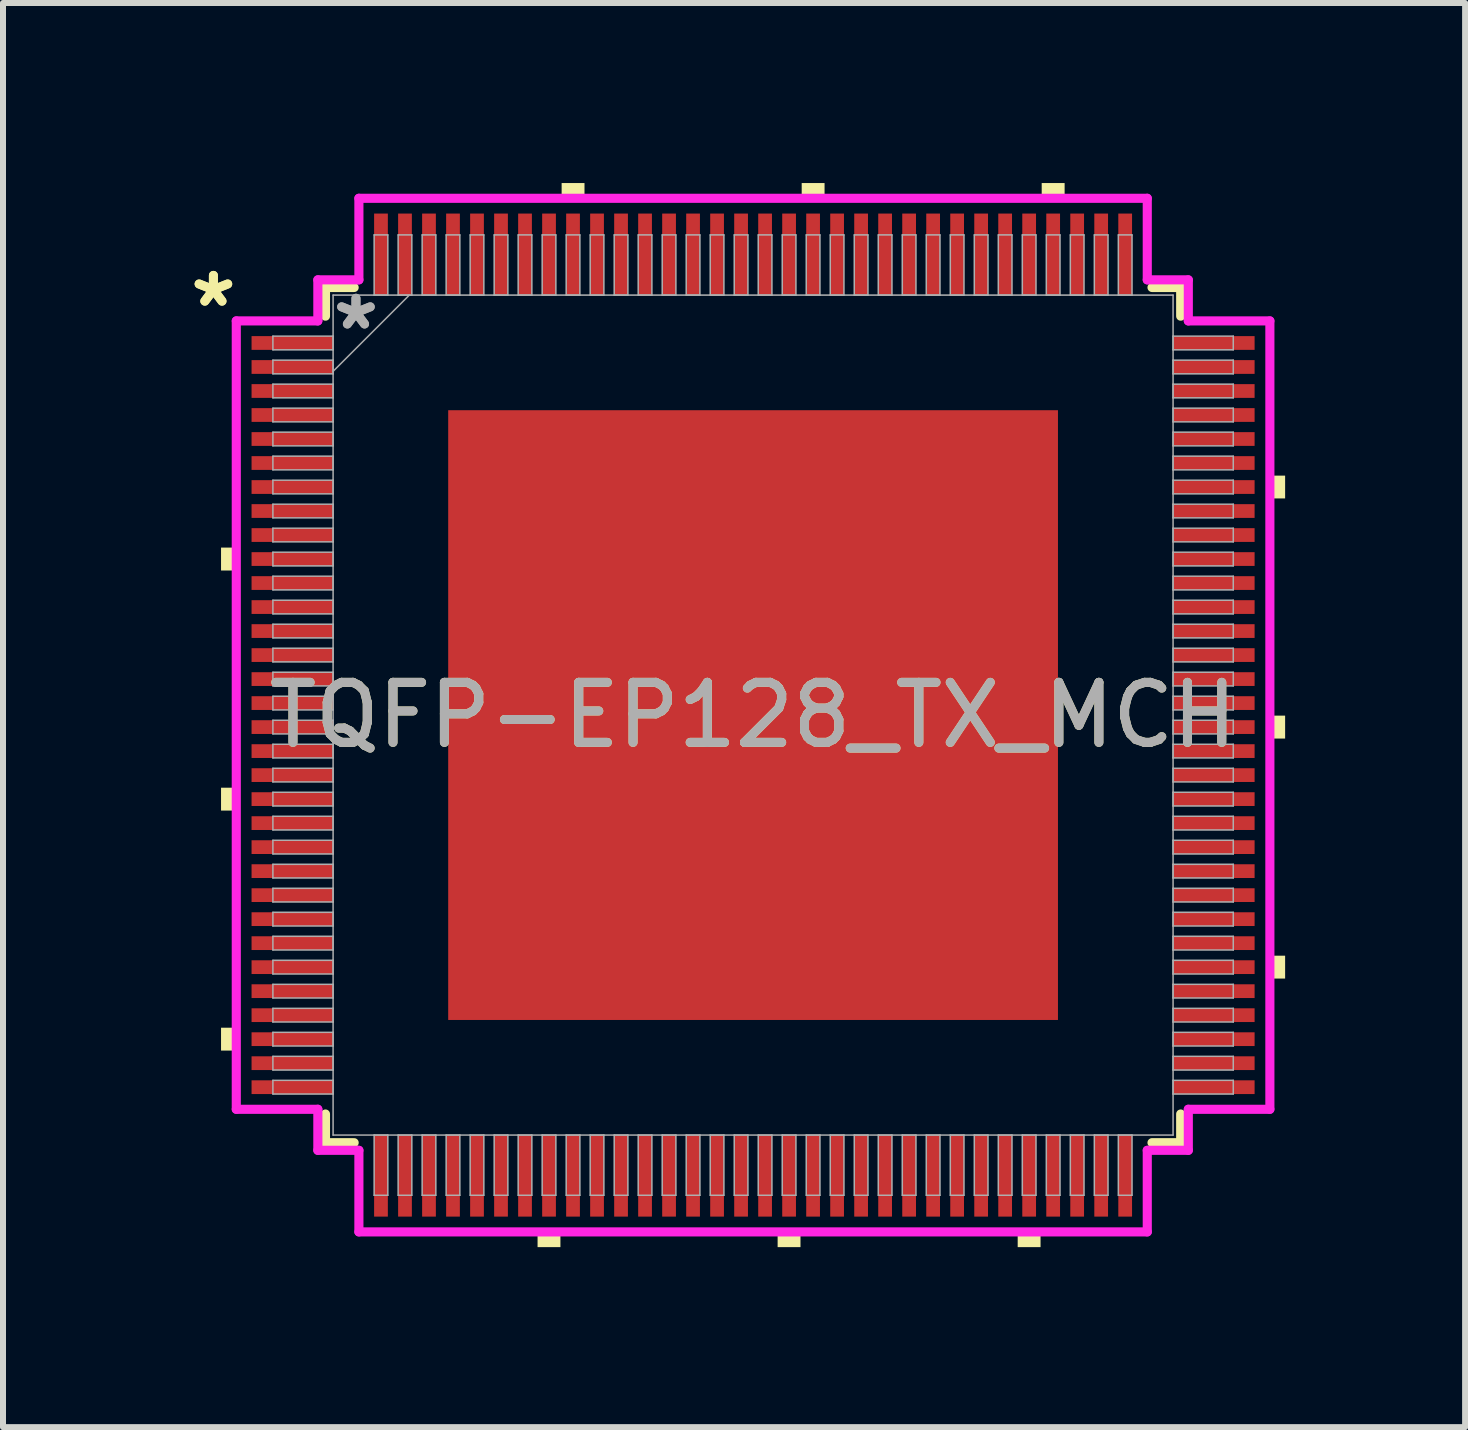
<source format=kicad_pcb>
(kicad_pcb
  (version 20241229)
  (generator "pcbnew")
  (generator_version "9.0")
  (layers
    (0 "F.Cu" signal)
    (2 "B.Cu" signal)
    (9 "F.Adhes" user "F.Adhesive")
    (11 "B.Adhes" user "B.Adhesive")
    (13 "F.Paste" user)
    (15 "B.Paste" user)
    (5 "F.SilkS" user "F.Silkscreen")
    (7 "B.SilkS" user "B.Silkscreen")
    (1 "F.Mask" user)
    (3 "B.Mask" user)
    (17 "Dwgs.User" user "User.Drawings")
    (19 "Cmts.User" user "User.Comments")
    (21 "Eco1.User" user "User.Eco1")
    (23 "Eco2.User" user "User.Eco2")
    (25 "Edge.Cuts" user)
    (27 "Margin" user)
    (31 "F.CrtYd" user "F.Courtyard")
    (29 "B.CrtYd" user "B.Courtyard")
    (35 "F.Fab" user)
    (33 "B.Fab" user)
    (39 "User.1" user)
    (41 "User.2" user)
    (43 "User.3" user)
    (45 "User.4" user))
  (footprint "TQFP-EP128_TX_MCH"
    (layer "F.Cu")
    (at 9.498 8.865)
    (property "Reference" "TQFP-EP128_TX_MCH" (at 0 0 0) (unlocked yes) (layer "F.SilkS") (effects (font (size 1 1) (thickness 0.15))))
    (attr smd)
    (fp_line (start -7.125 -7.125) (end -7.125 -6.647) (stroke (width 0.152) (type solid)) (layer "F.SilkS"))
    (fp_line (start -7.125 6.647) (end -7.125 7.125) (stroke (width 0.152) (type solid)) (layer "F.SilkS"))
    (fp_line (start -7.125 7.125) (end -6.647 7.125) (stroke (width 0.152) (type solid)) (layer "F.SilkS"))
    (fp_line (start -6.647 -7.125) (end -7.125 -7.125) (stroke (width 0.152) (type solid)) (layer "F.SilkS"))
    (fp_line (start 6.647 7.125) (end 7.125 7.125) (stroke (width 0.152) (type solid)) (layer "F.SilkS"))
    (fp_line (start 7.125 -7.125) (end 6.647 -7.125) (stroke (width 0.152) (type solid)) (layer "F.SilkS"))
    (fp_line (start 7.125 -6.647) (end 7.125 -7.125) (stroke (width 0.152) (type solid)) (layer "F.SilkS"))
    (fp_line (start 7.125 7.125) (end 7.125 6.647) (stroke (width 0.152) (type solid)) (layer "F.SilkS"))
    (fp_poly (pts (xy -8.865 -2.791) (xy -8.865 -2.409) (xy -8.611 -2.409) (xy -8.611 -2.791)) (stroke (width 0) (type solid)) (fill yes) (layer "F.SilkS"))
    (fp_poly (pts (xy -8.865 1.21) (xy -8.865 1.591) (xy -8.611 1.591) (xy -8.611 1.21)) (stroke (width 0) (type solid)) (fill yes) (layer "F.SilkS"))
    (fp_poly (pts (xy -8.865 5.209) (xy -8.865 5.59) (xy -8.611 5.59) (xy -8.611 5.209)) (stroke (width 0) (type solid)) (fill yes) (layer "F.SilkS"))
    (fp_poly (pts (xy -3.591 8.611) (xy -3.591 8.865) (xy -3.21 8.865) (xy -3.21 8.611)) (stroke (width 0) (type solid)) (fill yes) (layer "F.SilkS"))
    (fp_poly (pts (xy -3.19 -8.611) (xy -3.19 -8.865) (xy -2.809 -8.865) (xy -2.809 -8.611)) (stroke (width 0) (type solid)) (fill yes) (layer "F.SilkS"))
    (fp_poly (pts (xy 0.409 8.611) (xy 0.409 8.865) (xy 0.79 8.865) (xy 0.79 8.611)) (stroke (width 0) (type solid)) (fill yes) (layer "F.SilkS"))
    (fp_poly (pts (xy 0.81 -8.611) (xy 0.81 -8.865) (xy 1.191 -8.865) (xy 1.191 -8.611)) (stroke (width 0) (type solid)) (fill yes) (layer "F.SilkS"))
    (fp_poly (pts (xy 4.409 8.611) (xy 4.409 8.865) (xy 4.79 8.865) (xy 4.79 8.611)) (stroke (width 0) (type solid)) (fill yes) (layer "F.SilkS"))
    (fp_poly (pts (xy 4.809 -8.611) (xy 4.809 -8.865) (xy 5.191 -8.865) (xy 5.191 -8.611)) (stroke (width 0) (type solid)) (fill yes) (layer "F.SilkS"))
    (fp_poly (pts (xy 8.865 -3.99) (xy 8.865 -3.61) (xy 8.611 -3.61) (xy 8.611 -3.99)) (stroke (width 0) (type solid)) (fill yes) (layer "F.SilkS"))
    (fp_poly (pts (xy 8.865 0.009) (xy 8.865 0.391) (xy 8.611 0.391) (xy 8.611 0.009)) (stroke (width 0) (type solid)) (fill yes) (layer "F.SilkS"))
    (fp_poly (pts (xy 8.865 4.009) (xy 8.865 4.39) (xy 8.611 4.39) (xy 8.611 4.009)) (stroke (width 0) (type solid)) (fill yes) (layer "F.SilkS"))
    (fp_poly (pts (xy -4.98 -4.98) (xy -4.98 -3.91) (xy -3.91 -3.91) (xy -3.91 -4.98)) (stroke (width 0) (type solid)) (fill yes) (layer "F.Paste"))
    (fp_poly (pts (xy -4.98 -3.71) (xy -4.98 -2.64) (xy -3.91 -2.64) (xy -3.91 -3.71)) (stroke (width 0) (type solid)) (fill yes) (layer "F.Paste"))
    (fp_poly (pts (xy -4.98 -2.44) (xy -4.98 -1.37) (xy -3.91 -1.37) (xy -3.91 -2.44)) (stroke (width 0) (type solid)) (fill yes) (layer "F.Paste"))
    (fp_poly (pts (xy -4.98 -1.17) (xy -4.98 -0.1) (xy -3.91 -0.1) (xy -3.91 -1.17)) (stroke (width 0) (type solid)) (fill yes) (layer "F.Paste"))
    (fp_poly (pts (xy -4.98 0.1) (xy -4.98 1.17) (xy -3.91 1.17) (xy -3.91 0.1)) (stroke (width 0) (type solid)) (fill yes) (layer "F.Paste"))
    (fp_poly (pts (xy -4.98 1.37) (xy -4.98 2.44) (xy -3.91 2.44) (xy -3.91 1.37)) (stroke (width 0) (type solid)) (fill yes) (layer "F.Paste"))
    (fp_poly (pts (xy -4.98 2.64) (xy -4.98 3.71) (xy -3.91 3.71) (xy -3.91 2.64)) (stroke (width 0) (type solid)) (fill yes) (layer "F.Paste"))
    (fp_poly (pts (xy -4.98 3.91) (xy -4.98 4.98) (xy -3.91 4.98) (xy -3.91 3.91)) (stroke (width 0) (type solid)) (fill yes) (layer "F.Paste"))
    (fp_poly (pts (xy -3.71 -4.98) (xy -3.71 -3.91) (xy -2.64 -3.91) (xy -2.64 -4.98)) (stroke (width 0) (type solid)) (fill yes) (layer "F.Paste"))
    (fp_poly (pts (xy -3.71 -3.71) (xy -3.71 -2.64) (xy -2.64 -2.64) (xy -2.64 -3.71)) (stroke (width 0) (type solid)) (fill yes) (layer "F.Paste"))
    (fp_poly (pts (xy -3.71 -2.44) (xy -3.71 -1.37) (xy -2.64 -1.37) (xy -2.64 -2.44)) (stroke (width 0) (type solid)) (fill yes) (layer "F.Paste"))
    (fp_poly (pts (xy -3.71 -1.17) (xy -3.71 -0.1) (xy -2.64 -0.1) (xy -2.64 -1.17)) (stroke (width 0) (type solid)) (fill yes) (layer "F.Paste"))
    (fp_poly (pts (xy -3.71 0.1) (xy -3.71 1.17) (xy -2.64 1.17) (xy -2.64 0.1)) (stroke (width 0) (type solid)) (fill yes) (layer "F.Paste"))
    (fp_poly (pts (xy -3.71 1.37) (xy -3.71 2.44) (xy -2.64 2.44) (xy -2.64 1.37)) (stroke (width 0) (type solid)) (fill yes) (layer "F.Paste"))
    (fp_poly (pts (xy -3.71 2.64) (xy -3.71 3.71) (xy -2.64 3.71) (xy -2.64 2.64)) (stroke (width 0) (type solid)) (fill yes) (layer "F.Paste"))
    (fp_poly (pts (xy -3.71 3.91) (xy -3.71 4.98) (xy -2.64 4.98) (xy -2.64 3.91)) (stroke (width 0) (type solid)) (fill yes) (layer "F.Paste"))
    (fp_poly (pts (xy -2.44 -4.98) (xy -2.44 -3.91) (xy -1.37 -3.91) (xy -1.37 -4.98)) (stroke (width 0) (type solid)) (fill yes) (layer "F.Paste"))
    (fp_poly (pts (xy -2.44 -3.71) (xy -2.44 -2.64) (xy -1.37 -2.64) (xy -1.37 -3.71)) (stroke (width 0) (type solid)) (fill yes) (layer "F.Paste"))
    (fp_poly (pts (xy -2.44 -2.44) (xy -2.44 -1.37) (xy -1.37 -1.37) (xy -1.37 -2.44)) (stroke (width 0) (type solid)) (fill yes) (layer "F.Paste"))
    (fp_poly (pts (xy -2.44 -1.17) (xy -2.44 -0.1) (xy -1.37 -0.1) (xy -1.37 -1.17)) (stroke (width 0) (type solid)) (fill yes) (layer "F.Paste"))
    (fp_poly (pts (xy -2.44 0.1) (xy -2.44 1.17) (xy -1.37 1.17) (xy -1.37 0.1)) (stroke (width 0) (type solid)) (fill yes) (layer "F.Paste"))
    (fp_poly (pts (xy -2.44 1.37) (xy -2.44 2.44) (xy -1.37 2.44) (xy -1.37 1.37)) (stroke (width 0) (type solid)) (fill yes) (layer "F.Paste"))
    (fp_poly (pts (xy -2.44 2.64) (xy -2.44 3.71) (xy -1.37 3.71) (xy -1.37 2.64)) (stroke (width 0) (type solid)) (fill yes) (layer "F.Paste"))
    (fp_poly (pts (xy -2.44 3.91) (xy -2.44 4.98) (xy -1.37 4.98) (xy -1.37 3.91)) (stroke (width 0) (type solid)) (fill yes) (layer "F.Paste"))
    (fp_poly (pts (xy -1.17 -4.98) (xy -1.17 -3.91) (xy -0.1 -3.91) (xy -0.1 -4.98)) (stroke (width 0) (type solid)) (fill yes) (layer "F.Paste"))
    (fp_poly (pts (xy -1.17 -3.71) (xy -1.17 -2.64) (xy -0.1 -2.64) (xy -0.1 -3.71)) (stroke (width 0) (type solid)) (fill yes) (layer "F.Paste"))
    (fp_poly (pts (xy -1.17 -2.44) (xy -1.17 -1.37) (xy -0.1 -1.37) (xy -0.1 -2.44)) (stroke (width 0) (type solid)) (fill yes) (layer "F.Paste"))
    (fp_poly (pts (xy -1.17 -1.17) (xy -1.17 -0.1) (xy -0.1 -0.1) (xy -0.1 -1.17)) (stroke (width 0) (type solid)) (fill yes) (layer "F.Paste"))
    (fp_poly (pts (xy -1.17 0.1) (xy -1.17 1.17) (xy -0.1 1.17) (xy -0.1 0.1)) (stroke (width 0) (type solid)) (fill yes) (layer "F.Paste"))
    (fp_poly (pts (xy -1.17 1.37) (xy -1.17 2.44) (xy -0.1 2.44) (xy -0.1 1.37)) (stroke (width 0) (type solid)) (fill yes) (layer "F.Paste"))
    (fp_poly (pts (xy -1.17 2.64) (xy -1.17 3.71) (xy -0.1 3.71) (xy -0.1 2.64)) (stroke (width 0) (type solid)) (fill yes) (layer "F.Paste"))
    (fp_poly (pts (xy -1.17 3.91) (xy -1.17 4.98) (xy -0.1 4.98) (xy -0.1 3.91)) (stroke (width 0) (type solid)) (fill yes) (layer "F.Paste"))
    (fp_poly (pts (xy 0.1 -4.98) (xy 0.1 -3.91) (xy 1.17 -3.91) (xy 1.17 -4.98)) (stroke (width 0) (type solid)) (fill yes) (layer "F.Paste"))
    (fp_poly (pts (xy 0.1 -3.71) (xy 0.1 -2.64) (xy 1.17 -2.64) (xy 1.17 -3.71)) (stroke (width 0) (type solid)) (fill yes) (layer "F.Paste"))
    (fp_poly (pts (xy 0.1 -2.44) (xy 0.1 -1.37) (xy 1.17 -1.37) (xy 1.17 -2.44)) (stroke (width 0) (type solid)) (fill yes) (layer "F.Paste"))
    (fp_poly (pts (xy 0.1 -1.17) (xy 0.1 -0.1) (xy 1.17 -0.1) (xy 1.17 -1.17)) (stroke (width 0) (type solid)) (fill yes) (layer "F.Paste"))
    (fp_poly (pts (xy 0.1 0.1) (xy 0.1 1.17) (xy 1.17 1.17) (xy 1.17 0.1)) (stroke (width 0) (type solid)) (fill yes) (layer "F.Paste"))
    (fp_poly (pts (xy 0.1 1.37) (xy 0.1 2.44) (xy 1.17 2.44) (xy 1.17 1.37)) (stroke (width 0) (type solid)) (fill yes) (layer "F.Paste"))
    (fp_poly (pts (xy 0.1 2.64) (xy 0.1 3.71) (xy 1.17 3.71) (xy 1.17 2.64)) (stroke (width 0) (type solid)) (fill yes) (layer "F.Paste"))
    (fp_poly (pts (xy 0.1 3.91) (xy 0.1 4.98) (xy 1.17 4.98) (xy 1.17 3.91)) (stroke (width 0) (type solid)) (fill yes) (layer "F.Paste"))
    (fp_poly (pts (xy 1.37 -4.98) (xy 1.37 -3.91) (xy 2.44 -3.91) (xy 2.44 -4.98)) (stroke (width 0) (type solid)) (fill yes) (layer "F.Paste"))
    (fp_poly (pts (xy 1.37 -3.71) (xy 1.37 -2.64) (xy 2.44 -2.64) (xy 2.44 -3.71)) (stroke (width 0) (type solid)) (fill yes) (layer "F.Paste"))
    (fp_poly (pts (xy 1.37 -2.44) (xy 1.37 -1.37) (xy 2.44 -1.37) (xy 2.44 -2.44)) (stroke (width 0) (type solid)) (fill yes) (layer "F.Paste"))
    (fp_poly (pts (xy 1.37 -1.17) (xy 1.37 -0.1) (xy 2.44 -0.1) (xy 2.44 -1.17)) (stroke (width 0) (type solid)) (fill yes) (layer "F.Paste"))
    (fp_poly (pts (xy 1.37 0.1) (xy 1.37 1.17) (xy 2.44 1.17) (xy 2.44 0.1)) (stroke (width 0) (type solid)) (fill yes) (layer "F.Paste"))
    (fp_poly (pts (xy 1.37 1.37) (xy 1.37 2.44) (xy 2.44 2.44) (xy 2.44 1.37)) (stroke (width 0) (type solid)) (fill yes) (layer "F.Paste"))
    (fp_poly (pts (xy 1.37 2.64) (xy 1.37 3.71) (xy 2.44 3.71) (xy 2.44 2.64)) (stroke (width 0) (type solid)) (fill yes) (layer "F.Paste"))
    (fp_poly (pts (xy 1.37 3.91) (xy 1.37 4.98) (xy 2.44 4.98) (xy 2.44 3.91)) (stroke (width 0) (type solid)) (fill yes) (layer "F.Paste"))
    (fp_poly (pts (xy 2.64 -4.98) (xy 2.64 -3.91) (xy 3.71 -3.91) (xy 3.71 -4.98)) (stroke (width 0) (type solid)) (fill yes) (layer "F.Paste"))
    (fp_poly (pts (xy 2.64 -3.71) (xy 2.64 -2.64) (xy 3.71 -2.64) (xy 3.71 -3.71)) (stroke (width 0) (type solid)) (fill yes) (layer "F.Paste"))
    (fp_poly (pts (xy 2.64 -2.44) (xy 2.64 -1.37) (xy 3.71 -1.37) (xy 3.71 -2.44)) (stroke (width 0) (type solid)) (fill yes) (layer "F.Paste"))
    (fp_poly (pts (xy 2.64 -1.17) (xy 2.64 -0.1) (xy 3.71 -0.1) (xy 3.71 -1.17)) (stroke (width 0) (type solid)) (fill yes) (layer "F.Paste"))
    (fp_poly (pts (xy 2.64 0.1) (xy 2.64 1.17) (xy 3.71 1.17) (xy 3.71 0.1)) (stroke (width 0) (type solid)) (fill yes) (layer "F.Paste"))
    (fp_poly (pts (xy 2.64 1.37) (xy 2.64 2.44) (xy 3.71 2.44) (xy 3.71 1.37)) (stroke (width 0) (type solid)) (fill yes) (layer "F.Paste"))
    (fp_poly (pts (xy 2.64 2.64) (xy 2.64 3.71) (xy 3.71 3.71) (xy 3.71 2.64)) (stroke (width 0) (type solid)) (fill yes) (layer "F.Paste"))
    (fp_poly (pts (xy 2.64 3.91) (xy 2.64 4.98) (xy 3.71 4.98) (xy 3.71 3.91)) (stroke (width 0) (type solid)) (fill yes) (layer "F.Paste"))
    (fp_poly (pts (xy 3.91 -4.98) (xy 3.91 -3.91) (xy 4.98 -3.91) (xy 4.98 -4.98)) (stroke (width 0) (type solid)) (fill yes) (layer "F.Paste"))
    (fp_poly (pts (xy 3.91 -3.71) (xy 3.91 -2.64) (xy 4.98 -2.64) (xy 4.98 -3.71)) (stroke (width 0) (type solid)) (fill yes) (layer "F.Paste"))
    (fp_poly (pts (xy 3.91 -2.44) (xy 3.91 -1.37) (xy 4.98 -1.37) (xy 4.98 -2.44)) (stroke (width 0) (type solid)) (fill yes) (layer "F.Paste"))
    (fp_poly (pts (xy 3.91 -1.17) (xy 3.91 -0.1) (xy 4.98 -0.1) (xy 4.98 -1.17)) (stroke (width 0) (type solid)) (fill yes) (layer "F.Paste"))
    (fp_poly (pts (xy 3.91 0.1) (xy 3.91 1.17) (xy 4.98 1.17) (xy 4.98 0.1)) (stroke (width 0) (type solid)) (fill yes) (layer "F.Paste"))
    (fp_poly (pts (xy 3.91 1.37) (xy 3.91 2.44) (xy 4.98 2.44) (xy 4.98 1.37)) (stroke (width 0) (type solid)) (fill yes) (layer "F.Paste"))
    (fp_poly (pts (xy 3.91 2.64) (xy 3.91 3.71) (xy 4.98 3.71) (xy 4.98 2.64)) (stroke (width 0) (type solid)) (fill yes) (layer "F.Paste"))
    (fp_poly (pts (xy 3.91 3.91) (xy 3.91 4.98) (xy 4.98 4.98) (xy 4.98 3.91)) (stroke (width 0) (type solid)) (fill yes) (layer "F.Paste"))
    (fp_line (start -8.611 -6.568) (end -7.252 -6.568) (stroke (width 0.152) (type solid)) (layer "F.CrtYd"))
    (fp_line (start -8.611 6.568) (end -8.611 -6.568) (stroke (width 0.152) (type solid)) (layer "F.CrtYd"))
    (fp_line (start -7.252 -7.252) (end -6.568 -7.252) (stroke (width 0.152) (type solid)) (layer "F.CrtYd"))
    (fp_line (start -7.252 -6.568) (end -7.252 -7.252) (stroke (width 0.152) (type solid)) (layer "F.CrtYd"))
    (fp_line (start -7.252 6.568) (end -8.611 6.568) (stroke (width 0.152) (type solid)) (layer "F.CrtYd"))
    (fp_line (start -7.252 7.252) (end -7.252 6.568) (stroke (width 0.152) (type solid)) (layer "F.CrtYd"))
    (fp_line (start -7.252 7.252) (end -6.568 7.252) (stroke (width 0.152) (type solid)) (layer "F.CrtYd"))
    (fp_line (start -6.568 -8.611) (end 6.568 -8.611) (stroke (width 0.152) (type solid)) (layer "F.CrtYd"))
    (fp_line (start -6.568 -7.252) (end -6.568 -8.611) (stroke (width 0.152) (type solid)) (layer "F.CrtYd"))
    (fp_line (start -6.568 7.252) (end -6.568 8.611) (stroke (width 0.152) (type solid)) (layer "F.CrtYd"))
    (fp_line (start -6.568 8.611) (end 6.568 8.611) (stroke (width 0.152) (type solid)) (layer "F.CrtYd"))
    (fp_line (start 6.568 -8.611) (end 6.568 -7.252) (stroke (width 0.152) (type solid)) (layer "F.CrtYd"))
    (fp_line (start 6.568 -7.252) (end 7.252 -7.252) (stroke (width 0.152) (type solid)) (layer "F.CrtYd"))
    (fp_line (start 6.568 7.252) (end 7.252 7.252) (stroke (width 0.152) (type solid)) (layer "F.CrtYd"))
    (fp_line (start 6.568 8.611) (end 6.568 7.252) (stroke (width 0.152) (type solid)) (layer "F.CrtYd"))
    (fp_line (start 7.252 -6.568) (end 7.252 -7.252) (stroke (width 0.152) (type solid)) (layer "F.CrtYd"))
    (fp_line (start 7.252 6.568) (end 8.611 6.568) (stroke (width 0.152) (type solid)) (layer "F.CrtYd"))
    (fp_line (start 7.252 7.252) (end 7.252 6.568) (stroke (width 0.152) (type solid)) (layer "F.CrtYd"))
    (fp_line (start 8.611 -6.568) (end 7.252 -6.568) (stroke (width 0.152) (type solid)) (layer "F.CrtYd"))
    (fp_line (start 8.611 6.568) (end 8.611 -6.568) (stroke (width 0.152) (type solid)) (layer "F.CrtYd"))
    (fp_line (start -8.001 -6.314) (end -8.001 -6.086) (stroke (width 0.025) (type solid)) (layer "F.Fab"))
    (fp_line (start -8.001 -6.086) (end -6.998 -6.086) (stroke (width 0.025) (type solid)) (layer "F.Fab"))
    (fp_line (start -8.001 -5.914) (end -8.001 -5.686) (stroke (width 0.025) (type solid)) (layer "F.Fab"))
    (fp_line (start -8.001 -5.686) (end -6.998 -5.686) (stroke (width 0.025) (type solid)) (layer "F.Fab"))
    (fp_line (start -8.001 -5.514) (end -8.001 -5.286) (stroke (width 0.025) (type solid)) (layer "F.Fab"))
    (fp_line (start -8.001 -5.286) (end -6.998 -5.286) (stroke (width 0.025) (type solid)) (layer "F.Fab"))
    (fp_line (start -8.001 -5.114) (end -8.001 -4.886) (stroke (width 0.025) (type solid)) (layer "F.Fab"))
    (fp_line (start -8.001 -4.886) (end -6.998 -4.886) (stroke (width 0.025) (type solid)) (layer "F.Fab"))
    (fp_line (start -8.001 -4.714) (end -8.001 -4.486) (stroke (width 0.025) (type solid)) (layer "F.Fab"))
    (fp_line (start -8.001 -4.486) (end -6.998 -4.486) (stroke (width 0.025) (type solid)) (layer "F.Fab"))
    (fp_line (start -8.001 -4.314) (end -8.001 -4.086) (stroke (width 0.025) (type solid)) (layer "F.Fab"))
    (fp_line (start -8.001 -4.086) (end -6.998 -4.086) (stroke (width 0.025) (type solid)) (layer "F.Fab"))
    (fp_line (start -8.001 -3.914) (end -8.001 -3.686) (stroke (width 0.025) (type solid)) (layer "F.Fab"))
    (fp_line (start -8.001 -3.686) (end -6.998 -3.686) (stroke (width 0.025) (type solid)) (layer "F.Fab"))
    (fp_line (start -8.001 -3.514) (end -8.001 -3.286) (stroke (width 0.025) (type solid)) (layer "F.Fab"))
    (fp_line (start -8.001 -3.286) (end -6.998 -3.286) (stroke (width 0.025) (type solid)) (layer "F.Fab"))
    (fp_line (start -8.001 -3.114) (end -8.001 -2.886) (stroke (width 0.025) (type solid)) (layer "F.Fab"))
    (fp_line (start -8.001 -2.886) (end -6.998 -2.886) (stroke (width 0.025) (type solid)) (layer "F.Fab"))
    (fp_line (start -8.001 -2.714) (end -8.001 -2.486) (stroke (width 0.025) (type solid)) (layer "F.Fab"))
    (fp_line (start -8.001 -2.486) (end -6.998 -2.486) (stroke (width 0.025) (type solid)) (layer "F.Fab"))
    (fp_line (start -8.001 -2.314) (end -8.001 -2.086) (stroke (width 0.025) (type solid)) (layer "F.Fab"))
    (fp_line (start -8.001 -2.086) (end -6.998 -2.086) (stroke (width 0.025) (type solid)) (layer "F.Fab"))
    (fp_line (start -8.001 -1.914) (end -8.001 -1.686) (stroke (width 0.025) (type solid)) (layer "F.Fab"))
    (fp_line (start -8.001 -1.686) (end -6.998 -1.686) (stroke (width 0.025) (type solid)) (layer "F.Fab"))
    (fp_line (start -8.001 -1.514) (end -8.001 -1.286) (stroke (width 0.025) (type solid)) (layer "F.Fab"))
    (fp_line (start -8.001 -1.286) (end -6.998 -1.286) (stroke (width 0.025) (type solid)) (layer "F.Fab"))
    (fp_line (start -8.001 -1.114) (end -8.001 -0.886) (stroke (width 0.025) (type solid)) (layer "F.Fab"))
    (fp_line (start -8.001 -0.886) (end -6.998 -0.886) (stroke (width 0.025) (type solid)) (layer "F.Fab"))
    (fp_line (start -8.001 -0.714) (end -8.001 -0.486) (stroke (width 0.025) (type solid)) (layer "F.Fab"))
    (fp_line (start -8.001 -0.486) (end -6.998 -0.486) (stroke (width 0.025) (type solid)) (layer "F.Fab"))
    (fp_line (start -8.001 -0.314) (end -8.001 -0.086) (stroke (width 0.025) (type solid)) (layer "F.Fab"))
    (fp_line (start -8.001 -0.086) (end -6.998 -0.086) (stroke (width 0.025) (type solid)) (layer "F.Fab"))
    (fp_line (start -8.001 0.086) (end -8.001 0.314) (stroke (width 0.025) (type solid)) (layer "F.Fab"))
    (fp_line (start -8.001 0.314) (end -6.998 0.314) (stroke (width 0.025) (type solid)) (layer "F.Fab"))
    (fp_line (start -8.001 0.486) (end -8.001 0.714) (stroke (width 0.025) (type solid)) (layer "F.Fab"))
    (fp_line (start -8.001 0.714) (end -6.998 0.714) (stroke (width 0.025) (type solid)) (layer "F.Fab"))
    (fp_line (start -8.001 0.886) (end -8.001 1.114) (stroke (width 0.025) (type solid)) (layer "F.Fab"))
    (fp_line (start -8.001 1.114) (end -6.998 1.114) (stroke (width 0.025) (type solid)) (layer "F.Fab"))
    (fp_line (start -8.001 1.286) (end -8.001 1.514) (stroke (width 0.025) (type solid)) (layer "F.Fab"))
    (fp_line (start -8.001 1.514) (end -6.998 1.514) (stroke (width 0.025) (type solid)) (layer "F.Fab"))
    (fp_line (start -8.001 1.686) (end -8.001 1.914) (stroke (width 0.025) (type solid)) (layer "F.Fab"))
    (fp_line (start -8.001 1.914) (end -6.998 1.914) (stroke (width 0.025) (type solid)) (layer "F.Fab"))
    (fp_line (start -8.001 2.086) (end -8.001 2.314) (stroke (width 0.025) (type solid)) (layer "F.Fab"))
    (fp_line (start -8.001 2.314) (end -6.998 2.314) (stroke (width 0.025) (type solid)) (layer "F.Fab"))
    (fp_line (start -8.001 2.486) (end -8.001 2.714) (stroke (width 0.025) (type solid)) (layer "F.Fab"))
    (fp_line (start -8.001 2.714) (end -6.998 2.714) (stroke (width 0.025) (type solid)) (layer "F.Fab"))
    (fp_line (start -8.001 2.886) (end -8.001 3.114) (stroke (width 0.025) (type solid)) (layer "F.Fab"))
    (fp_line (start -8.001 3.114) (end -6.998 3.114) (stroke (width 0.025) (type solid)) (layer "F.Fab"))
    (fp_line (start -8.001 3.286) (end -8.001 3.514) (stroke (width 0.025) (type solid)) (layer "F.Fab"))
    (fp_line (start -8.001 3.514) (end -6.998 3.514) (stroke (width 0.025) (type solid)) (layer "F.Fab"))
    (fp_line (start -8.001 3.686) (end -8.001 3.914) (stroke (width 0.025) (type solid)) (layer "F.Fab"))
    (fp_line (start -8.001 3.914) (end -6.998 3.914) (stroke (width 0.025) (type solid)) (layer "F.Fab"))
    (fp_line (start -8.001 4.086) (end -8.001 4.314) (stroke (width 0.025) (type solid)) (layer "F.Fab"))
    (fp_line (start -8.001 4.314) (end -6.998 4.314) (stroke (width 0.025) (type solid)) (layer "F.Fab"))
    (fp_line (start -8.001 4.486) (end -8.001 4.714) (stroke (width 0.025) (type solid)) (layer "F.Fab"))
    (fp_line (start -8.001 4.714) (end -6.998 4.714) (stroke (width 0.025) (type solid)) (layer "F.Fab"))
    (fp_line (start -8.001 4.886) (end -8.001 5.114) (stroke (width 0.025) (type solid)) (layer "F.Fab"))
    (fp_line (start -8.001 5.114) (end -6.998 5.114) (stroke (width 0.025) (type solid)) (layer "F.Fab"))
    (fp_line (start -8.001 5.286) (end -8.001 5.514) (stroke (width 0.025) (type solid)) (layer "F.Fab"))
    (fp_line (start -8.001 5.514) (end -6.998 5.514) (stroke (width 0.025) (type solid)) (layer "F.Fab"))
    (fp_line (start -8.001 5.686) (end -8.001 5.914) (stroke (width 0.025) (type solid)) (layer "F.Fab"))
    (fp_line (start -8.001 5.914) (end -6.998 5.914) (stroke (width 0.025) (type solid)) (layer "F.Fab"))
    (fp_line (start -8.001 6.086) (end -8.001 6.314) (stroke (width 0.025) (type solid)) (layer "F.Fab"))
    (fp_line (start -8.001 6.314) (end -6.998 6.314) (stroke (width 0.025) (type solid)) (layer "F.Fab"))
    (fp_line (start -6.998 -6.998) (end -6.998 6.998) (stroke (width 0.025) (type solid)) (layer "F.Fab"))
    (fp_line (start -6.998 -6.314) (end -8.001 -6.314) (stroke (width 0.025) (type solid)) (layer "F.Fab"))
    (fp_line (start -6.998 -6.086) (end -6.998 -6.314) (stroke (width 0.025) (type solid)) (layer "F.Fab"))
    (fp_line (start -6.998 -5.914) (end -8.001 -5.914) (stroke (width 0.025) (type solid)) (layer "F.Fab"))
    (fp_line (start -6.998 -5.728) (end -5.728 -6.998) (stroke (width 0.025) (type solid)) (layer "F.Fab"))
    (fp_line (start -6.998 -5.686) (end -6.998 -5.914) (stroke (width 0.025) (type solid)) (layer "F.Fab"))
    (fp_line (start -6.998 -5.514) (end -8.001 -5.514) (stroke (width 0.025) (type solid)) (layer "F.Fab"))
    (fp_line (start -6.998 -5.286) (end -6.998 -5.514) (stroke (width 0.025) (type solid)) (layer "F.Fab"))
    (fp_line (start -6.998 -5.114) (end -8.001 -5.114) (stroke (width 0.025) (type solid)) (layer "F.Fab"))
    (fp_line (start -6.998 -4.886) (end -6.998 -5.114) (stroke (width 0.025) (type solid)) (layer "F.Fab"))
    (fp_line (start -6.998 -4.714) (end -8.001 -4.714) (stroke (width 0.025) (type solid)) (layer "F.Fab"))
    (fp_line (start -6.998 -4.486) (end -6.998 -4.714) (stroke (width 0.025) (type solid)) (layer "F.Fab"))
    (fp_line (start -6.998 -4.314) (end -8.001 -4.314) (stroke (width 0.025) (type solid)) (layer "F.Fab"))
    (fp_line (start -6.998 -4.086) (end -6.998 -4.314) (stroke (width 0.025) (type solid)) (layer "F.Fab"))
    (fp_line (start -6.998 -3.914) (end -8.001 -3.914) (stroke (width 0.025) (type solid)) (layer "F.Fab"))
    (fp_line (start -6.998 -3.686) (end -6.998 -3.914) (stroke (width 0.025) (type solid)) (layer "F.Fab"))
    (fp_line (start -6.998 -3.514) (end -8.001 -3.514) (stroke (width 0.025) (type solid)) (layer "F.Fab"))
    (fp_line (start -6.998 -3.286) (end -6.998 -3.514) (stroke (width 0.025) (type solid)) (layer "F.Fab"))
    (fp_line (start -6.998 -3.114) (end -8.001 -3.114) (stroke (width 0.025) (type solid)) (layer "F.Fab"))
    (fp_line (start -6.998 -2.886) (end -6.998 -3.114) (stroke (width 0.025) (type solid)) (layer "F.Fab"))
    (fp_line (start -6.998 -2.714) (end -8.001 -2.714) (stroke (width 0.025) (type solid)) (layer "F.Fab"))
    (fp_line (start -6.998 -2.486) (end -6.998 -2.714) (stroke (width 0.025) (type solid)) (layer "F.Fab"))
    (fp_line (start -6.998 -2.314) (end -8.001 -2.314) (stroke (width 0.025) (type solid)) (layer "F.Fab"))
    (fp_line (start -6.998 -2.086) (end -6.998 -2.314) (stroke (width 0.025) (type solid)) (layer "F.Fab"))
    (fp_line (start -6.998 -1.914) (end -8.001 -1.914) (stroke (width 0.025) (type solid)) (layer "F.Fab"))
    (fp_line (start -6.998 -1.686) (end -6.998 -1.914) (stroke (width 0.025) (type solid)) (layer "F.Fab"))
    (fp_line (start -6.998 -1.514) (end -8.001 -1.514) (stroke (width 0.025) (type solid)) (layer "F.Fab"))
    (fp_line (start -6.998 -1.286) (end -6.998 -1.514) (stroke (width 0.025) (type solid)) (layer "F.Fab"))
    (fp_line (start -6.998 -1.114) (end -8.001 -1.114) (stroke (width 0.025) (type solid)) (layer "F.Fab"))
    (fp_line (start -6.998 -0.886) (end -6.998 -1.114) (stroke (width 0.025) (type solid)) (layer "F.Fab"))
    (fp_line (start -6.998 -0.714) (end -8.001 -0.714) (stroke (width 0.025) (type solid)) (layer "F.Fab"))
    (fp_line (start -6.998 -0.486) (end -6.998 -0.714) (stroke (width 0.025) (type solid)) (layer "F.Fab"))
    (fp_line (start -6.998 -0.314) (end -8.001 -0.314) (stroke (width 0.025) (type solid)) (layer "F.Fab"))
    (fp_line (start -6.998 -0.086) (end -6.998 -0.314) (stroke (width 0.025) (type solid)) (layer "F.Fab"))
    (fp_line (start -6.998 0.086) (end -8.001 0.086) (stroke (width 0.025) (type solid)) (layer "F.Fab"))
    (fp_line (start -6.998 0.314) (end -6.998 0.086) (stroke (width 0.025) (type solid)) (layer "F.Fab"))
    (fp_line (start -6.998 0.486) (end -8.001 0.486) (stroke (width 0.025) (type solid)) (layer "F.Fab"))
    (fp_line (start -6.998 0.714) (end -6.998 0.486) (stroke (width 0.025) (type solid)) (layer "F.Fab"))
    (fp_line (start -6.998 0.886) (end -8.001 0.886) (stroke (width 0.025) (type solid)) (layer "F.Fab"))
    (fp_line (start -6.998 1.114) (end -6.998 0.886) (stroke (width 0.025) (type solid)) (layer "F.Fab"))
    (fp_line (start -6.998 1.286) (end -8.001 1.286) (stroke (width 0.025) (type solid)) (layer "F.Fab"))
    (fp_line (start -6.998 1.514) (end -6.998 1.286) (stroke (width 0.025) (type solid)) (layer "F.Fab"))
    (fp_line (start -6.998 1.686) (end -8.001 1.686) (stroke (width 0.025) (type solid)) (layer "F.Fab"))
    (fp_line (start -6.998 1.914) (end -6.998 1.686) (stroke (width 0.025) (type solid)) (layer "F.Fab"))
    (fp_line (start -6.998 2.086) (end -8.001 2.086) (stroke (width 0.025) (type solid)) (layer "F.Fab"))
    (fp_line (start -6.998 2.314) (end -6.998 2.086) (stroke (width 0.025) (type solid)) (layer "F.Fab"))
    (fp_line (start -6.998 2.486) (end -8.001 2.486) (stroke (width 0.025) (type solid)) (layer "F.Fab"))
    (fp_line (start -6.998 2.714) (end -6.998 2.486) (stroke (width 0.025) (type solid)) (layer "F.Fab"))
    (fp_line (start -6.998 2.886) (end -8.001 2.886) (stroke (width 0.025) (type solid)) (layer "F.Fab"))
    (fp_line (start -6.998 3.114) (end -6.998 2.886) (stroke (width 0.025) (type solid)) (layer "F.Fab"))
    (fp_line (start -6.998 3.286) (end -8.001 3.286) (stroke (width 0.025) (type solid)) (layer "F.Fab"))
    (fp_line (start -6.998 3.514) (end -6.998 3.286) (stroke (width 0.025) (type solid)) (layer "F.Fab"))
    (fp_line (start -6.998 3.686) (end -8.001 3.686) (stroke (width 0.025) (type solid)) (layer "F.Fab"))
    (fp_line (start -6.998 3.914) (end -6.998 3.686) (stroke (width 0.025) (type solid)) (layer "F.Fab"))
    (fp_line (start -6.998 4.086) (end -8.001 4.086) (stroke (width 0.025) (type solid)) (layer "F.Fab"))
    (fp_line (start -6.998 4.314) (end -6.998 4.086) (stroke (width 0.025) (type solid)) (layer "F.Fab"))
    (fp_line (start -6.998 4.486) (end -8.001 4.486) (stroke (width 0.025) (type solid)) (layer "F.Fab"))
    (fp_line (start -6.998 4.714) (end -6.998 4.486) (stroke (width 0.025) (type solid)) (layer "F.Fab"))
    (fp_line (start -6.998 4.886) (end -8.001 4.886) (stroke (width 0.025) (type solid)) (layer "F.Fab"))
    (fp_line (start -6.998 5.114) (end -6.998 4.886) (stroke (width 0.025) (type solid)) (layer "F.Fab"))
    (fp_line (start -6.998 5.286) (end -8.001 5.286) (stroke (width 0.025) (type solid)) (layer "F.Fab"))
    (fp_line (start -6.998 5.514) (end -6.998 5.286) (stroke (width 0.025) (type solid)) (layer "F.Fab"))
    (fp_line (start -6.998 5.686) (end -8.001 5.686) (stroke (width 0.025) (type solid)) (layer "F.Fab"))
    (fp_line (start -6.998 5.914) (end -6.998 5.686) (stroke (width 0.025) (type solid)) (layer "F.Fab"))
    (fp_line (start -6.998 6.086) (end -8.001 6.086) (stroke (width 0.025) (type solid)) (layer "F.Fab"))
    (fp_line (start -6.998 6.314) (end -6.998 6.086) (stroke (width 0.025) (type solid)) (layer "F.Fab"))
    (fp_line (start -6.998 6.998) (end 6.998 6.998) (stroke (width 0.025) (type solid)) (layer "F.Fab"))
    (fp_line (start -6.314 -8.001) (end -6.314 -6.998) (stroke (width 0.025) (type solid)) (layer "F.Fab"))
    (fp_line (start -6.314 -6.998) (end -6.086 -6.998) (stroke (width 0.025) (type solid)) (layer "F.Fab"))
    (fp_line (start -6.314 6.998) (end -6.314 8.001) (stroke (width 0.025) (type solid)) (layer "F.Fab"))
    (fp_line (start -6.314 8.001) (end -6.086 8.001) (stroke (width 0.025) (type solid)) (layer "F.Fab"))
    (fp_line (start -6.086 -8.001) (end -6.314 -8.001) (stroke (width 0.025) (type solid)) (layer "F.Fab"))
    (fp_line (start -6.086 -6.998) (end -6.086 -8.001) (stroke (width 0.025) (type solid)) (layer "F.Fab"))
    (fp_line (start -6.086 6.998) (end -6.314 6.998) (stroke (width 0.025) (type solid)) (layer "F.Fab"))
    (fp_line (start -6.086 8.001) (end -6.086 6.998) (stroke (width 0.025) (type solid)) (layer "F.Fab"))
    (fp_line (start -5.914 6.998) (end -5.914 8.001) (stroke (width 0.025) (type solid)) (layer "F.Fab"))
    (fp_line (start -5.914 8.001) (end -5.686 8.001) (stroke (width 0.025) (type solid)) (layer "F.Fab"))
    (fp_line (start -5.914 -8.001) (end -5.914 -6.998) (stroke (width 0.025) (type solid)) (layer "F.Fab"))
    (fp_line (start -5.914 -6.998) (end -5.686 -6.998) (stroke (width 0.025) (type solid)) (layer "F.Fab"))
    (fp_line (start -5.686 6.998) (end -5.914 6.998) (stroke (width 0.025) (type solid)) (layer "F.Fab"))
    (fp_line (start -5.686 8.001) (end -5.686 6.998) (stroke (width 0.025) (type solid)) (layer "F.Fab"))
    (fp_line (start -5.686 -8.001) (end -5.914 -8.001) (stroke (width 0.025) (type solid)) (layer "F.Fab"))
    (fp_line (start -5.686 -6.998) (end -5.686 -8.001) (stroke (width 0.025) (type solid)) (layer "F.Fab"))
    (fp_line (start -5.514 6.998) (end -5.514 8.001) (stroke (width 0.025) (type solid)) (layer "F.Fab"))
    (fp_line (start -5.514 8.001) (end -5.286 8.001) (stroke (width 0.025) (type solid)) (layer "F.Fab"))
    (fp_line (start -5.514 -8.001) (end -5.514 -6.998) (stroke (width 0.025) (type solid)) (layer "F.Fab"))
    (fp_line (start -5.514 -6.998) (end -5.286 -6.998) (stroke (width 0.025) (type solid)) (layer "F.Fab"))
    (fp_line (start -5.286 6.998) (end -5.514 6.998) (stroke (width 0.025) (type solid)) (layer "F.Fab"))
    (fp_line (start -5.286 8.001) (end -5.286 6.998) (stroke (width 0.025) (type solid)) (layer "F.Fab"))
    (fp_line (start -5.286 -8.001) (end -5.514 -8.001) (stroke (width 0.025) (type solid)) (layer "F.Fab"))
    (fp_line (start -5.286 -6.998) (end -5.286 -8.001) (stroke (width 0.025) (type solid)) (layer "F.Fab"))
    (fp_line (start -5.114 6.998) (end -5.114 8.001) (stroke (width 0.025) (type solid)) (layer "F.Fab"))
    (fp_line (start -5.114 8.001) (end -4.886 8.001) (stroke (width 0.025) (type solid)) (layer "F.Fab"))
    (fp_line (start -5.114 -8.001) (end -5.114 -6.998) (stroke (width 0.025) (type solid)) (layer "F.Fab"))
    (fp_line (start -5.114 -6.998) (end -4.886 -6.998) (stroke (width 0.025) (type solid)) (layer "F.Fab"))
    (fp_line (start -4.886 6.998) (end -5.114 6.998) (stroke (width 0.025) (type solid)) (layer "F.Fab"))
    (fp_line (start -4.886 8.001) (end -4.886 6.998) (stroke (width 0.025) (type solid)) (layer "F.Fab"))
    (fp_line (start -4.886 -8.001) (end -5.114 -8.001) (stroke (width 0.025) (type solid)) (layer "F.Fab"))
    (fp_line (start -4.886 -6.998) (end -4.886 -8.001) (stroke (width 0.025) (type solid)) (layer "F.Fab"))
    (fp_line (start -4.714 6.998) (end -4.714 8.001) (stroke (width 0.025) (type solid)) (layer "F.Fab"))
    (fp_line (start -4.714 8.001) (end -4.486 8.001) (stroke (width 0.025) (type solid)) (layer "F.Fab"))
    (fp_line (start -4.714 -8.001) (end -4.714 -6.998) (stroke (width 0.025) (type solid)) (layer "F.Fab"))
    (fp_line (start -4.714 -6.998) (end -4.486 -6.998) (stroke (width 0.025) (type solid)) (layer "F.Fab"))
    (fp_line (start -4.486 6.998) (end -4.714 6.998) (stroke (width 0.025) (type solid)) (layer "F.Fab"))
    (fp_line (start -4.486 8.001) (end -4.486 6.998) (stroke (width 0.025) (type solid)) (layer "F.Fab"))
    (fp_line (start -4.486 -8.001) (end -4.714 -8.001) (stroke (width 0.025) (type solid)) (layer "F.Fab"))
    (fp_line (start -4.486 -6.998) (end -4.486 -8.001) (stroke (width 0.025) (type solid)) (layer "F.Fab"))
    (fp_line (start -4.314 6.998) (end -4.314 8.001) (stroke (width 0.025) (type solid)) (layer "F.Fab"))
    (fp_line (start -4.314 8.001) (end -4.086 8.001) (stroke (width 0.025) (type solid)) (layer "F.Fab"))
    (fp_line (start -4.314 -8.001) (end -4.314 -6.998) (stroke (width 0.025) (type solid)) (layer "F.Fab"))
    (fp_line (start -4.314 -6.998) (end -4.086 -6.998) (stroke (width 0.025) (type solid)) (layer "F.Fab"))
    (fp_line (start -4.086 6.998) (end -4.314 6.998) (stroke (width 0.025) (type solid)) (layer "F.Fab"))
    (fp_line (start -4.086 8.001) (end -4.086 6.998) (stroke (width 0.025) (type solid)) (layer "F.Fab"))
    (fp_line (start -4.086 -8.001) (end -4.314 -8.001) (stroke (width 0.025) (type solid)) (layer "F.Fab"))
    (fp_line (start -4.086 -6.998) (end -4.086 -8.001) (stroke (width 0.025) (type solid)) (layer "F.Fab"))
    (fp_line (start -3.914 6.998) (end -3.914 8.001) (stroke (width 0.025) (type solid)) (layer "F.Fab"))
    (fp_line (start -3.914 8.001) (end -3.686 8.001) (stroke (width 0.025) (type solid)) (layer "F.Fab"))
    (fp_line (start -3.914 -8.001) (end -3.914 -6.998) (stroke (width 0.025) (type solid)) (layer "F.Fab"))
    (fp_line (start -3.914 -6.998) (end -3.686 -6.998) (stroke (width 0.025) (type solid)) (layer "F.Fab"))
    (fp_line (start -3.686 6.998) (end -3.914 6.998) (stroke (width 0.025) (type solid)) (layer "F.Fab"))
    (fp_line (start -3.686 8.001) (end -3.686 6.998) (stroke (width 0.025) (type solid)) (layer "F.Fab"))
    (fp_line (start -3.686 -8.001) (end -3.914 -8.001) (stroke (width 0.025) (type solid)) (layer "F.Fab"))
    (fp_line (start -3.686 -6.998) (end -3.686 -8.001) (stroke (width 0.025) (type solid)) (layer "F.Fab"))
    (fp_line (start -3.514 6.998) (end -3.514 8.001) (stroke (width 0.025) (type solid)) (layer "F.Fab"))
    (fp_line (start -3.514 8.001) (end -3.286 8.001) (stroke (width 0.025) (type solid)) (layer "F.Fab"))
    (fp_line (start -3.514 -8.001) (end -3.514 -6.998) (stroke (width 0.025) (type solid)) (layer "F.Fab"))
    (fp_line (start -3.514 -6.998) (end -3.286 -6.998) (stroke (width 0.025) (type solid)) (layer "F.Fab"))
    (fp_line (start -3.286 6.998) (end -3.514 6.998) (stroke (width 0.025) (type solid)) (layer "F.Fab"))
    (fp_line (start -3.286 8.001) (end -3.286 6.998) (stroke (width 0.025) (type solid)) (layer "F.Fab"))
    (fp_line (start -3.286 -8.001) (end -3.514 -8.001) (stroke (width 0.025) (type solid)) (layer "F.Fab"))
    (fp_line (start -3.286 -6.998) (end -3.286 -8.001) (stroke (width 0.025) (type solid)) (layer "F.Fab"))
    (fp_line (start -3.114 6.998) (end -3.114 8.001) (stroke (width 0.025) (type solid)) (layer "F.Fab"))
    (fp_line (start -3.114 8.001) (end -2.886 8.001) (stroke (width 0.025) (type solid)) (layer "F.Fab"))
    (fp_line (start -3.114 -8.001) (end -3.114 -6.998) (stroke (width 0.025) (type solid)) (layer "F.Fab"))
    (fp_line (start -3.114 -6.998) (end -2.886 -6.998) (stroke (width 0.025) (type solid)) (layer "F.Fab"))
    (fp_line (start -2.886 6.998) (end -3.114 6.998) (stroke (width 0.025) (type solid)) (layer "F.Fab"))
    (fp_line (start -2.886 8.001) (end -2.886 6.998) (stroke (width 0.025) (type solid)) (layer "F.Fab"))
    (fp_line (start -2.886 -8.001) (end -3.114 -8.001) (stroke (width 0.025) (type solid)) (layer "F.Fab"))
    (fp_line (start -2.886 -6.998) (end -2.886 -8.001) (stroke (width 0.025) (type solid)) (layer "F.Fab"))
    (fp_line (start -2.714 -8.001) (end -2.714 -6.998) (stroke (width 0.025) (type solid)) (layer "F.Fab"))
    (fp_line (start -2.714 -6.998) (end -2.486 -6.998) (stroke (width 0.025) (type solid)) (layer "F.Fab"))
    (fp_line (start -2.714 6.998) (end -2.714 8.001) (stroke (width 0.025) (type solid)) (layer "F.Fab"))
    (fp_line (start -2.714 8.001) (end -2.486 8.001) (stroke (width 0.025) (type solid)) (layer "F.Fab"))
    (fp_line (start -2.486 -8.001) (end -2.714 -8.001) (stroke (width 0.025) (type solid)) (layer "F.Fab"))
    (fp_line (start -2.486 -6.998) (end -2.486 -8.001) (stroke (width 0.025) (type solid)) (layer "F.Fab"))
    (fp_line (start -2.486 6.998) (end -2.714 6.998) (stroke (width 0.025) (type solid)) (layer "F.Fab"))
    (fp_line (start -2.486 8.001) (end -2.486 6.998) (stroke (width 0.025) (type solid)) (layer "F.Fab"))
    (fp_line (start -2.314 -8.001) (end -2.314 -6.998) (stroke (width 0.025) (type solid)) (layer "F.Fab"))
    (fp_line (start -2.314 -6.998) (end -2.086 -6.998) (stroke (width 0.025) (type solid)) (layer "F.Fab"))
    (fp_line (start -2.314 6.998) (end -2.314 8.001) (stroke (width 0.025) (type solid)) (layer "F.Fab"))
    (fp_line (start -2.314 8.001) (end -2.086 8.001) (stroke (width 0.025) (type solid)) (layer "F.Fab"))
    (fp_line (start -2.086 -8.001) (end -2.314 -8.001) (stroke (width 0.025) (type solid)) (layer "F.Fab"))
    (fp_line (start -2.086 -6.998) (end -2.086 -8.001) (stroke (width 0.025) (type solid)) (layer "F.Fab"))
    (fp_line (start -2.086 6.998) (end -2.314 6.998) (stroke (width 0.025) (type solid)) (layer "F.Fab"))
    (fp_line (start -2.086 8.001) (end -2.086 6.998) (stroke (width 0.025) (type solid)) (layer "F.Fab"))
    (fp_line (start -1.914 -8.001) (end -1.914 -6.998) (stroke (width 0.025) (type solid)) (layer "F.Fab"))
    (fp_line (start -1.914 -6.998) (end -1.686 -6.998) (stroke (width 0.025) (type solid)) (layer "F.Fab"))
    (fp_line (start -1.914 6.998) (end -1.914 8.001) (stroke (width 0.025) (type solid)) (layer "F.Fab"))
    (fp_line (start -1.914 8.001) (end -1.686 8.001) (stroke (width 0.025) (type solid)) (layer "F.Fab"))
    (fp_line (start -1.686 -8.001) (end -1.914 -8.001) (stroke (width 0.025) (type solid)) (layer "F.Fab"))
    (fp_line (start -1.686 -6.998) (end -1.686 -8.001) (stroke (width 0.025) (type solid)) (layer "F.Fab"))
    (fp_line (start -1.686 6.998) (end -1.914 6.998) (stroke (width 0.025) (type solid)) (layer "F.Fab"))
    (fp_line (start -1.686 8.001) (end -1.686 6.998) (stroke (width 0.025) (type solid)) (layer "F.Fab"))
    (fp_line (start -1.514 -8.001) (end -1.514 -6.998) (stroke (width 0.025) (type solid)) (layer "F.Fab"))
    (fp_line (start -1.514 -6.998) (end -1.286 -6.998) (stroke (width 0.025) (type solid)) (layer "F.Fab"))
    (fp_line (start -1.514 6.998) (end -1.514 8.001) (stroke (width 0.025) (type solid)) (layer "F.Fab"))
    (fp_line (start -1.514 8.001) (end -1.286 8.001) (stroke (width 0.025) (type solid)) (layer "F.Fab"))
    (fp_line (start -1.286 -8.001) (end -1.514 -8.001) (stroke (width 0.025) (type solid)) (layer "F.Fab"))
    (fp_line (start -1.286 -6.998) (end -1.286 -8.001) (stroke (width 0.025) (type solid)) (layer "F.Fab"))
    (fp_line (start -1.286 6.998) (end -1.514 6.998) (stroke (width 0.025) (type solid)) (layer "F.Fab"))
    (fp_line (start -1.286 8.001) (end -1.286 6.998) (stroke (width 0.025) (type solid)) (layer "F.Fab"))
    (fp_line (start -1.114 -8.001) (end -1.114 -6.998) (stroke (width 0.025) (type solid)) (layer "F.Fab"))
    (fp_line (start -1.114 -6.998) (end -0.886 -6.998) (stroke (width 0.025) (type solid)) (layer "F.Fab"))
    (fp_line (start -1.114 6.998) (end -1.114 8.001) (stroke (width 0.025) (type solid)) (layer "F.Fab"))
    (fp_line (start -1.114 8.001) (end -0.886 8.001) (stroke (width 0.025) (type solid)) (layer "F.Fab"))
    (fp_line (start -0.886 -8.001) (end -1.114 -8.001) (stroke (width 0.025) (type solid)) (layer "F.Fab"))
    (fp_line (start -0.886 -6.998) (end -0.886 -8.001) (stroke (width 0.025) (type solid)) (layer "F.Fab"))
    (fp_line (start -0.886 6.998) (end -1.114 6.998) (stroke (width 0.025) (type solid)) (layer "F.Fab"))
    (fp_line (start -0.886 8.001) (end -0.886 6.998) (stroke (width 0.025) (type solid)) (layer "F.Fab"))
    (fp_line (start -0.714 -8.001) (end -0.714 -6.998) (stroke (width 0.025) (type solid)) (layer "F.Fab"))
    (fp_line (start -0.714 -6.998) (end -0.486 -6.998) (stroke (width 0.025) (type solid)) (layer "F.Fab"))
    (fp_line (start -0.714 6.998) (end -0.714 8.001) (stroke (width 0.025) (type solid)) (layer "F.Fab"))
    (fp_line (start -0.714 8.001) (end -0.486 8.001) (stroke (width 0.025) (type solid)) (layer "F.Fab"))
    (fp_line (start -0.486 -8.001) (end -0.714 -8.001) (stroke (width 0.025) (type solid)) (layer "F.Fab"))
    (fp_line (start -0.486 -6.998) (end -0.486 -8.001) (stroke (width 0.025) (type solid)) (layer "F.Fab"))
    (fp_line (start -0.486 6.998) (end -0.714 6.998) (stroke (width 0.025) (type solid)) (layer "F.Fab"))
    (fp_line (start -0.486 8.001) (end -0.486 6.998) (stroke (width 0.025) (type solid)) (layer "F.Fab"))
    (fp_line (start -0.314 -8.001) (end -0.314 -6.998) (stroke (width 0.025) (type solid)) (layer "F.Fab"))
    (fp_line (start -0.314 -6.998) (end -0.086 -6.998) (stroke (width 0.025) (type solid)) (layer "F.Fab"))
    (fp_line (start -0.314 6.998) (end -0.314 8.001) (stroke (width 0.025) (type solid)) (layer "F.Fab"))
    (fp_line (start -0.314 8.001) (end -0.086 8.001) (stroke (width 0.025) (type solid)) (layer "F.Fab"))
    (fp_line (start -0.086 -8.001) (end -0.314 -8.001) (stroke (width 0.025) (type solid)) (layer "F.Fab"))
    (fp_line (start -0.086 -6.998) (end -0.086 -8.001) (stroke (width 0.025) (type solid)) (layer "F.Fab"))
    (fp_line (start -0.086 6.998) (end -0.314 6.998) (stroke (width 0.025) (type solid)) (layer "F.Fab"))
    (fp_line (start -0.086 8.001) (end -0.086 6.998) (stroke (width 0.025) (type solid)) (layer "F.Fab"))
    (fp_line (start 0.086 -8.001) (end 0.086 -6.998) (stroke (width 0.025) (type solid)) (layer "F.Fab"))
    (fp_line (start 0.086 -6.998) (end 0.314 -6.998) (stroke (width 0.025) (type solid)) (layer "F.Fab"))
    (fp_line (start 0.086 6.998) (end 0.086 8.001) (stroke (width 0.025) (type solid)) (layer "F.Fab"))
    (fp_line (start 0.086 8.001) (end 0.314 8.001) (stroke (width 0.025) (type solid)) (layer "F.Fab"))
    (fp_line (start 0.314 -8.001) (end 0.086 -8.001) (stroke (width 0.025) (type solid)) (layer "F.Fab"))
    (fp_line (start 0.314 -6.998) (end 0.314 -8.001) (stroke (width 0.025) (type solid)) (layer "F.Fab"))
    (fp_line (start 0.314 6.998) (end 0.086 6.998) (stroke (width 0.025) (type solid)) (layer "F.Fab"))
    (fp_line (start 0.314 8.001) (end 0.314 6.998) (stroke (width 0.025) (type solid)) (layer "F.Fab"))
    (fp_line (start 0.486 -8.001) (end 0.486 -6.998) (stroke (width 0.025) (type solid)) (layer "F.Fab"))
    (fp_line (start 0.486 -6.998) (end 0.714 -6.998) (stroke (width 0.025) (type solid)) (layer "F.Fab"))
    (fp_line (start 0.486 6.998) (end 0.486 8.001) (stroke (width 0.025) (type solid)) (layer "F.Fab"))
    (fp_line (start 0.486 8.001) (end 0.714 8.001) (stroke (width 0.025) (type solid)) (layer "F.Fab"))
    (fp_line (start 0.714 -8.001) (end 0.486 -8.001) (stroke (width 0.025) (type solid)) (layer "F.Fab"))
    (fp_line (start 0.714 -6.998) (end 0.714 -8.001) (stroke (width 0.025) (type solid)) (layer "F.Fab"))
    (fp_line (start 0.714 6.998) (end 0.486 6.998) (stroke (width 0.025) (type solid)) (layer "F.Fab"))
    (fp_line (start 0.714 8.001) (end 0.714 6.998) (stroke (width 0.025) (type solid)) (layer "F.Fab"))
    (fp_line (start 0.886 -8.001) (end 0.886 -6.998) (stroke (width 0.025) (type solid)) (layer "F.Fab"))
    (fp_line (start 0.886 -6.998) (end 1.114 -6.998) (stroke (width 0.025) (type solid)) (layer "F.Fab"))
    (fp_line (start 0.886 6.998) (end 0.886 8.001) (stroke (width 0.025) (type solid)) (layer "F.Fab"))
    (fp_line (start 0.886 8.001) (end 1.114 8.001) (stroke (width 0.025) (type solid)) (layer "F.Fab"))
    (fp_line (start 1.114 -8.001) (end 0.886 -8.001) (stroke (width 0.025) (type solid)) (layer "F.Fab"))
    (fp_line (start 1.114 -6.998) (end 1.114 -8.001) (stroke (width 0.025) (type solid)) (layer "F.Fab"))
    (fp_line (start 1.114 6.998) (end 0.886 6.998) (stroke (width 0.025) (type solid)) (layer "F.Fab"))
    (fp_line (start 1.114 8.001) (end 1.114 6.998) (stroke (width 0.025) (type solid)) (layer "F.Fab"))
    (fp_line (start 1.286 -8.001) (end 1.286 -6.998) (stroke (width 0.025) (type solid)) (layer "F.Fab"))
    (fp_line (start 1.286 -6.998) (end 1.514 -6.998) (stroke (width 0.025) (type solid)) (layer "F.Fab"))
    (fp_line (start 1.286 6.998) (end 1.286 8.001) (stroke (width 0.025) (type solid)) (layer "F.Fab"))
    (fp_line (start 1.286 8.001) (end 1.514 8.001) (stroke (width 0.025) (type solid)) (layer "F.Fab"))
    (fp_line (start 1.514 -8.001) (end 1.286 -8.001) (stroke (width 0.025) (type solid)) (layer "F.Fab"))
    (fp_line (start 1.514 -6.998) (end 1.514 -8.001) (stroke (width 0.025) (type solid)) (layer "F.Fab"))
    (fp_line (start 1.514 6.998) (end 1.286 6.998) (stroke (width 0.025) (type solid)) (layer "F.Fab"))
    (fp_line (start 1.514 8.001) (end 1.514 6.998) (stroke (width 0.025) (type solid)) (layer "F.Fab"))
    (fp_line (start 1.686 -8.001) (end 1.686 -6.998) (stroke (width 0.025) (type solid)) (layer "F.Fab"))
    (fp_line (start 1.686 -6.998) (end 1.914 -6.998) (stroke (width 0.025) (type solid)) (layer "F.Fab"))
    (fp_line (start 1.686 6.998) (end 1.686 8.001) (stroke (width 0.025) (type solid)) (layer "F.Fab"))
    (fp_line (start 1.686 8.001) (end 1.914 8.001) (stroke (width 0.025) (type solid)) (layer "F.Fab"))
    (fp_line (start 1.914 -8.001) (end 1.686 -8.001) (stroke (width 0.025) (type solid)) (layer "F.Fab"))
    (fp_line (start 1.914 -6.998) (end 1.914 -8.001) (stroke (width 0.025) (type solid)) (layer "F.Fab"))
    (fp_line (start 1.914 6.998) (end 1.686 6.998) (stroke (width 0.025) (type solid)) (layer "F.Fab"))
    (fp_line (start 1.914 8.001) (end 1.914 6.998) (stroke (width 0.025) (type solid)) (layer "F.Fab"))
    (fp_line (start 2.086 -8.001) (end 2.086 -6.998) (stroke (width 0.025) (type solid)) (layer "F.Fab"))
    (fp_line (start 2.086 -6.998) (end 2.314 -6.998) (stroke (width 0.025) (type solid)) (layer "F.Fab"))
    (fp_line (start 2.086 6.998) (end 2.086 8.001) (stroke (width 0.025) (type solid)) (layer "F.Fab"))
    (fp_line (start 2.086 8.001) (end 2.314 8.001) (stroke (width 0.025) (type solid)) (layer "F.Fab"))
    (fp_line (start 2.314 -8.001) (end 2.086 -8.001) (stroke (width 0.025) (type solid)) (layer "F.Fab"))
    (fp_line (start 2.314 -6.998) (end 2.314 -8.001) (stroke (width 0.025) (type solid)) (layer "F.Fab"))
    (fp_line (start 2.314 6.998) (end 2.086 6.998) (stroke (width 0.025) (type solid)) (layer "F.Fab"))
    (fp_line (start 2.314 8.001) (end 2.314 6.998) (stroke (width 0.025) (type solid)) (layer "F.Fab"))
    (fp_line (start 2.486 -8.001) (end 2.486 -6.998) (stroke (width 0.025) (type solid)) (layer "F.Fab"))
    (fp_line (start 2.486 -6.998) (end 2.714 -6.998) (stroke (width 0.025) (type solid)) (layer "F.Fab"))
    (fp_line (start 2.486 6.998) (end 2.486 8.001) (stroke (width 0.025) (type solid)) (layer "F.Fab"))
    (fp_line (start 2.486 8.001) (end 2.714 8.001) (stroke (width 0.025) (type solid)) (layer "F.Fab"))
    (fp_line (start 2.714 -8.001) (end 2.486 -8.001) (stroke (width 0.025) (type solid)) (layer "F.Fab"))
    (fp_line (start 2.714 -6.998) (end 2.714 -8.001) (stroke (width 0.025) (type solid)) (layer "F.Fab"))
    (fp_line (start 2.714 6.998) (end 2.486 6.998) (stroke (width 0.025) (type solid)) (layer "F.Fab"))
    (fp_line (start 2.714 8.001) (end 2.714 6.998) (stroke (width 0.025) (type solid)) (layer "F.Fab"))
    (fp_line (start 2.886 6.998) (end 2.886 8.001) (stroke (width 0.025) (type solid)) (layer "F.Fab"))
    (fp_line (start 2.886 8.001) (end 3.114 8.001) (stroke (width 0.025) (type solid)) (layer "F.Fab"))
    (fp_line (start 2.886 -8.001) (end 2.886 -6.998) (stroke (width 0.025) (type solid)) (layer "F.Fab"))
    (fp_line (start 2.886 -6.998) (end 3.114 -6.998) (stroke (width 0.025) (type solid)) (layer "F.Fab"))
    (fp_line (start 3.114 6.998) (end 2.886 6.998) (stroke (width 0.025) (type solid)) (layer "F.Fab"))
    (fp_line (start 3.114 8.001) (end 3.114 6.998) (stroke (width 0.025) (type solid)) (layer "F.Fab"))
    (fp_line (start 3.114 -8.001) (end 2.886 -8.001) (stroke (width 0.025) (type solid)) (layer "F.Fab"))
    (fp_line (start 3.114 -6.998) (end 3.114 -8.001) (stroke (width 0.025) (type solid)) (layer "F.Fab"))
    (fp_line (start 3.286 6.998) (end 3.286 8.001) (stroke (width 0.025) (type solid)) (layer "F.Fab"))
    (fp_line (start 3.286 8.001) (end 3.514 8.001) (stroke (width 0.025) (type solid)) (layer "F.Fab"))
    (fp_line (start 3.286 -8.001) (end 3.286 -6.998) (stroke (width 0.025) (type solid)) (layer "F.Fab"))
    (fp_line (start 3.286 -6.998) (end 3.514 -6.998) (stroke (width 0.025) (type solid)) (layer "F.Fab"))
    (fp_line (start 3.514 6.998) (end 3.286 6.998) (stroke (width 0.025) (type solid)) (layer "F.Fab"))
    (fp_line (start 3.514 8.001) (end 3.514 6.998) (stroke (width 0.025) (type solid)) (layer "F.Fab"))
    (fp_line (start 3.514 -8.001) (end 3.286 -8.001) (stroke (width 0.025) (type solid)) (layer "F.Fab"))
    (fp_line (start 3.514 -6.998) (end 3.514 -8.001) (stroke (width 0.025) (type solid)) (layer "F.Fab"))
    (fp_line (start 3.686 6.998) (end 3.686 8.001) (stroke (width 0.025) (type solid)) (layer "F.Fab"))
    (fp_line (start 3.686 8.001) (end 3.914 8.001) (stroke (width 0.025) (type solid)) (layer "F.Fab"))
    (fp_line (start 3.686 -8.001) (end 3.686 -6.998) (stroke (width 0.025) (type solid)) (layer "F.Fab"))
    (fp_line (start 3.686 -6.998) (end 3.914 -6.998) (stroke (width 0.025) (type solid)) (layer "F.Fab"))
    (fp_line (start 3.914 6.998) (end 3.686 6.998) (stroke (width 0.025) (type solid)) (layer "F.Fab"))
    (fp_line (start 3.914 8.001) (end 3.914 6.998) (stroke (width 0.025) (type solid)) (layer "F.Fab"))
    (fp_line (start 3.914 -8.001) (end 3.686 -8.001) (stroke (width 0.025) (type solid)) (layer "F.Fab"))
    (fp_line (start 3.914 -6.998) (end 3.914 -8.001) (stroke (width 0.025) (type solid)) (layer "F.Fab"))
    (fp_line (start 4.086 6.998) (end 4.086 8.001) (stroke (width 0.025) (type solid)) (layer "F.Fab"))
    (fp_line (start 4.086 8.001) (end 4.314 8.001) (stroke (width 0.025) (type solid)) (layer "F.Fab"))
    (fp_line (start 4.086 -8.001) (end 4.086 -6.998) (stroke (width 0.025) (type solid)) (layer "F.Fab"))
    (fp_line (start 4.086 -6.998) (end 4.314 -6.998) (stroke (width 0.025) (type solid)) (layer "F.Fab"))
    (fp_line (start 4.314 6.998) (end 4.086 6.998) (stroke (width 0.025) (type solid)) (layer "F.Fab"))
    (fp_line (start 4.314 8.001) (end 4.314 6.998) (stroke (width 0.025) (type solid)) (layer "F.Fab"))
    (fp_line (start 4.314 -8.001) (end 4.086 -8.001) (stroke (width 0.025) (type solid)) (layer "F.Fab"))
    (fp_line (start 4.314 -6.998) (end 4.314 -8.001) (stroke (width 0.025) (type solid)) (layer "F.Fab"))
    (fp_line (start 4.486 6.998) (end 4.486 8.001) (stroke (width 0.025) (type solid)) (layer "F.Fab"))
    (fp_line (start 4.486 8.001) (end 4.714 8.001) (stroke (width 0.025) (type solid)) (layer "F.Fab"))
    (fp_line (start 4.486 -8.001) (end 4.486 -6.998) (stroke (width 0.025) (type solid)) (layer "F.Fab"))
    (fp_line (start 4.486 -6.998) (end 4.714 -6.998) (stroke (width 0.025) (type solid)) (layer "F.Fab"))
    (fp_line (start 4.714 6.998) (end 4.486 6.998) (stroke (width 0.025) (type solid)) (layer "F.Fab"))
    (fp_line (start 4.714 8.001) (end 4.714 6.998) (stroke (width 0.025) (type solid)) (layer "F.Fab"))
    (fp_line (start 4.714 -8.001) (end 4.486 -8.001) (stroke (width 0.025) (type solid)) (layer "F.Fab"))
    (fp_line (start 4.714 -6.998) (end 4.714 -8.001) (stroke (width 0.025) (type solid)) (layer "F.Fab"))
    (fp_line (start 4.886 6.998) (end 4.886 8.001) (stroke (width 0.025) (type solid)) (layer "F.Fab"))
    (fp_line (start 4.886 8.001) (end 5.114 8.001) (stroke (width 0.025) (type solid)) (layer "F.Fab"))
    (fp_line (start 4.886 -8.001) (end 4.886 -6.998) (stroke (width 0.025) (type solid)) (layer "F.Fab"))
    (fp_line (start 4.886 -6.998) (end 5.114 -6.998) (stroke (width 0.025) (type solid)) (layer "F.Fab"))
    (fp_line (start 5.114 6.998) (end 4.886 6.998) (stroke (width 0.025) (type solid)) (layer "F.Fab"))
    (fp_line (start 5.114 8.001) (end 5.114 6.998) (stroke (width 0.025) (type solid)) (layer "F.Fab"))
    (fp_line (start 5.114 -8.001) (end 4.886 -8.001) (stroke (width 0.025) (type solid)) (layer "F.Fab"))
    (fp_line (start 5.114 -6.998) (end 5.114 -8.001) (stroke (width 0.025) (type solid)) (layer "F.Fab"))
    (fp_line (start 5.286 6.998) (end 5.286 8.001) (stroke (width 0.025) (type solid)) (layer "F.Fab"))
    (fp_line (start 5.286 8.001) (end 5.514 8.001) (stroke (width 0.025) (type solid)) (layer "F.Fab"))
    (fp_line (start 5.286 -8.001) (end 5.286 -6.998) (stroke (width 0.025) (type solid)) (layer "F.Fab"))
    (fp_line (start 5.286 -6.998) (end 5.514 -6.998) (stroke (width 0.025) (type solid)) (layer "F.Fab"))
    (fp_line (start 5.514 6.998) (end 5.286 6.998) (stroke (width 0.025) (type solid)) (layer "F.Fab"))
    (fp_line (start 5.514 8.001) (end 5.514 6.998) (stroke (width 0.025) (type solid)) (layer "F.Fab"))
    (fp_line (start 5.514 -8.001) (end 5.286 -8.001) (stroke (width 0.025) (type solid)) (layer "F.Fab"))
    (fp_line (start 5.514 -6.998) (end 5.514 -8.001) (stroke (width 0.025) (type solid)) (layer "F.Fab"))
    (fp_line (start 5.686 6.998) (end 5.686 8.001) (stroke (width 0.025) (type solid)) (layer "F.Fab"))
    (fp_line (start 5.686 8.001) (end 5.914 8.001) (stroke (width 0.025) (type solid)) (layer "F.Fab"))
    (fp_line (start 5.686 -8.001) (end 5.686 -6.998) (stroke (width 0.025) (type solid)) (layer "F.Fab"))
    (fp_line (start 5.686 -6.998) (end 5.914 -6.998) (stroke (width 0.025) (type solid)) (layer "F.Fab"))
    (fp_line (start 5.914 6.998) (end 5.686 6.998) (stroke (width 0.025) (type solid)) (layer "F.Fab"))
    (fp_line (start 5.914 8.001) (end 5.914 6.998) (stroke (width 0.025) (type solid)) (layer "F.Fab"))
    (fp_line (start 5.914 -8.001) (end 5.686 -8.001) (stroke (width 0.025) (type solid)) (layer "F.Fab"))
    (fp_line (start 5.914 -6.998) (end 5.914 -8.001) (stroke (width 0.025) (type solid)) (layer "F.Fab"))
    (fp_line (start 6.086 -8.001) (end 6.086 -6.998) (stroke (width 0.025) (type solid)) (layer "F.Fab"))
    (fp_line (start 6.086 -6.998) (end 6.314 -6.998) (stroke (width 0.025) (type solid)) (layer "F.Fab"))
    (fp_line (start 6.086 6.998) (end 6.086 8.001) (stroke (width 0.025) (type solid)) (layer "F.Fab"))
    (fp_line (start 6.086 8.001) (end 6.314 8.001) (stroke (width 0.025) (type solid)) (layer "F.Fab"))
    (fp_line (start 6.314 -8.001) (end 6.086 -8.001) (stroke (width 0.025) (type solid)) (layer "F.Fab"))
    (fp_line (start 6.314 -6.998) (end 6.314 -8.001) (stroke (width 0.025) (type solid)) (layer "F.Fab"))
    (fp_line (start 6.314 6.998) (end 6.086 6.998) (stroke (width 0.025) (type solid)) (layer "F.Fab"))
    (fp_line (start 6.314 8.001) (end 6.314 6.998) (stroke (width 0.025) (type solid)) (layer "F.Fab"))
    (fp_line (start 6.998 -6.998) (end -6.998 -6.998) (stroke (width 0.025) (type solid)) (layer "F.Fab"))
    (fp_line (start 6.998 -6.314) (end 6.998 -6.086) (stroke (width 0.025) (type solid)) (layer "F.Fab"))
    (fp_line (start 6.998 -6.086) (end 8.001 -6.086) (stroke (width 0.025) (type solid)) (layer "F.Fab"))
    (fp_line (start 6.998 -5.914) (end 6.998 -5.686) (stroke (width 0.025) (type solid)) (layer "F.Fab"))
    (fp_line (start 6.998 -5.686) (end 8.001 -5.686) (stroke (width 0.025) (type solid)) (layer "F.Fab"))
    (fp_line (start 6.998 -5.514) (end 6.998 -5.286) (stroke (width 0.025) (type solid)) (layer "F.Fab"))
    (fp_line (start 6.998 -5.286) (end 8.001 -5.286) (stroke (width 0.025) (type solid)) (layer "F.Fab"))
    (fp_line (start 6.998 -5.114) (end 6.998 -4.886) (stroke (width 0.025) (type solid)) (layer "F.Fab"))
    (fp_line (start 6.998 -4.886) (end 8.001 -4.886) (stroke (width 0.025) (type solid)) (layer "F.Fab"))
    (fp_line (start 6.998 -4.714) (end 6.998 -4.486) (stroke (width 0.025) (type solid)) (layer "F.Fab"))
    (fp_line (start 6.998 -4.486) (end 8.001 -4.486) (stroke (width 0.025) (type solid)) (layer "F.Fab"))
    (fp_line (start 6.998 -4.314) (end 6.998 -4.086) (stroke (width 0.025) (type solid)) (layer "F.Fab"))
    (fp_line (start 6.998 -4.086) (end 8.001 -4.086) (stroke (width 0.025) (type solid)) (layer "F.Fab"))
    (fp_line (start 6.998 -3.914) (end 6.998 -3.686) (stroke (width 0.025) (type solid)) (layer "F.Fab"))
    (fp_line (start 6.998 -3.686) (end 8.001 -3.686) (stroke (width 0.025) (type solid)) (layer "F.Fab"))
    (fp_line (start 6.998 -3.514) (end 6.998 -3.286) (stroke (width 0.025) (type solid)) (layer "F.Fab"))
    (fp_line (start 6.998 -3.286) (end 8.001 -3.286) (stroke (width 0.025) (type solid)) (layer "F.Fab"))
    (fp_line (start 6.998 -3.114) (end 6.998 -2.886) (stroke (width 0.025) (type solid)) (layer "F.Fab"))
    (fp_line (start 6.998 -2.886) (end 8.001 -2.886) (stroke (width 0.025) (type solid)) (layer "F.Fab"))
    (fp_line (start 6.998 -2.714) (end 6.998 -2.486) (stroke (width 0.025) (type solid)) (layer "F.Fab"))
    (fp_line (start 6.998 -2.486) (end 8.001 -2.486) (stroke (width 0.025) (type solid)) (layer "F.Fab"))
    (fp_line (start 6.998 -2.314) (end 6.998 -2.086) (stroke (width 0.025) (type solid)) (layer "F.Fab"))
    (fp_line (start 6.998 -2.086) (end 8.001 -2.086) (stroke (width 0.025) (type solid)) (layer "F.Fab"))
    (fp_line (start 6.998 -1.914) (end 6.998 -1.686) (stroke (width 0.025) (type solid)) (layer "F.Fab"))
    (fp_line (start 6.998 -1.686) (end 8.001 -1.686) (stroke (width 0.025) (type solid)) (layer "F.Fab"))
    (fp_line (start 6.998 -1.514) (end 6.998 -1.286) (stroke (width 0.025) (type solid)) (layer "F.Fab"))
    (fp_line (start 6.998 -1.286) (end 8.001 -1.286) (stroke (width 0.025) (type solid)) (layer "F.Fab"))
    (fp_line (start 6.998 -1.114) (end 6.998 -0.886) (stroke (width 0.025) (type solid)) (layer "F.Fab"))
    (fp_line (start 6.998 -0.886) (end 8.001 -0.886) (stroke (width 0.025) (type solid)) (layer "F.Fab"))
    (fp_line (start 6.998 -0.714) (end 6.998 -0.486) (stroke (width 0.025) (type solid)) (layer "F.Fab"))
    (fp_line (start 6.998 -0.486) (end 8.001 -0.486) (stroke (width 0.025) (type solid)) (layer "F.Fab"))
    (fp_line (start 6.998 -0.314) (end 6.998 -0.086) (stroke (width 0.025) (type solid)) (layer "F.Fab"))
    (fp_line (start 6.998 -0.086) (end 8.001 -0.086) (stroke (width 0.025) (type solid)) (layer "F.Fab"))
    (fp_line (start 6.998 0.086) (end 6.998 0.314) (stroke (width 0.025) (type solid)) (layer "F.Fab"))
    (fp_line (start 6.998 0.314) (end 8.001 0.314) (stroke (width 0.025) (type solid)) (layer "F.Fab"))
    (fp_line (start 6.998 0.486) (end 6.998 0.714) (stroke (width 0.025) (type solid)) (layer "F.Fab"))
    (fp_line (start 6.998 0.714) (end 8.001 0.714) (stroke (width 0.025) (type solid)) (layer "F.Fab"))
    (fp_line (start 6.998 0.886) (end 6.998 1.114) (stroke (width 0.025) (type solid)) (layer "F.Fab"))
    (fp_line (start 6.998 1.114) (end 8.001 1.114) (stroke (width 0.025) (type solid)) (layer "F.Fab"))
    (fp_line (start 6.998 1.286) (end 6.998 1.514) (stroke (width 0.025) (type solid)) (layer "F.Fab"))
    (fp_line (start 6.998 1.514) (end 8.001 1.514) (stroke (width 0.025) (type solid)) (layer "F.Fab"))
    (fp_line (start 6.998 1.686) (end 6.998 1.914) (stroke (width 0.025) (type solid)) (layer "F.Fab"))
    (fp_line (start 6.998 1.914) (end 8.001 1.914) (stroke (width 0.025) (type solid)) (layer "F.Fab"))
    (fp_line (start 6.998 2.086) (end 6.998 2.314) (stroke (width 0.025) (type solid)) (layer "F.Fab"))
    (fp_line (start 6.998 2.314) (end 8.001 2.314) (stroke (width 0.025) (type solid)) (layer "F.Fab"))
    (fp_line (start 6.998 2.486) (end 6.998 2.714) (stroke (width 0.025) (type solid)) (layer "F.Fab"))
    (fp_line (start 6.998 2.714) (end 8.001 2.714) (stroke (width 0.025) (type solid)) (layer "F.Fab"))
    (fp_line (start 6.998 2.886) (end 6.998 3.114) (stroke (width 0.025) (type solid)) (layer "F.Fab"))
    (fp_line (start 6.998 3.114) (end 8.001 3.114) (stroke (width 0.025) (type solid)) (layer "F.Fab"))
    (fp_line (start 6.998 3.286) (end 6.998 3.514) (stroke (width 0.025) (type solid)) (layer "F.Fab"))
    (fp_line (start 6.998 3.514) (end 8.001 3.514) (stroke (width 0.025) (type solid)) (layer "F.Fab"))
    (fp_line (start 6.998 3.686) (end 6.998 3.914) (stroke (width 0.025) (type solid)) (layer "F.Fab"))
    (fp_line (start 6.998 3.914) (end 8.001 3.914) (stroke (width 0.025) (type solid)) (layer "F.Fab"))
    (fp_line (start 6.998 4.086) (end 6.998 4.314) (stroke (width 0.025) (type solid)) (layer "F.Fab"))
    (fp_line (start 6.998 4.314) (end 8.001 4.314) (stroke (width 0.025) (type solid)) (layer "F.Fab"))
    (fp_line (start 6.998 4.486) (end 6.998 4.714) (stroke (width 0.025) (type solid)) (layer "F.Fab"))
    (fp_line (start 6.998 4.714) (end 8.001 4.714) (stroke (width 0.025) (type solid)) (layer "F.Fab"))
    (fp_line (start 6.998 4.886) (end 6.998 5.114) (stroke (width 0.025) (type solid)) (layer "F.Fab"))
    (fp_line (start 6.998 5.114) (end 8.001 5.114) (stroke (width 0.025) (type solid)) (layer "F.Fab"))
    (fp_line (start 6.998 5.286) (end 6.998 5.514) (stroke (width 0.025) (type solid)) (layer "F.Fab"))
    (fp_line (start 6.998 5.514) (end 8.001 5.514) (stroke (width 0.025) (type solid)) (layer "F.Fab"))
    (fp_line (start 6.998 5.686) (end 6.998 5.914) (stroke (width 0.025) (type solid)) (layer "F.Fab"))
    (fp_line (start 6.998 5.914) (end 8.001 5.914) (stroke (width 0.025) (type solid)) (layer "F.Fab"))
    (fp_line (start 6.998 6.086) (end 6.998 6.314) (stroke (width 0.025) (type solid)) (layer "F.Fab"))
    (fp_line (start 6.998 6.314) (end 8.001 6.314) (stroke (width 0.025) (type solid)) (layer "F.Fab"))
    (fp_line (start 6.998 6.998) (end 6.998 -6.998) (stroke (width 0.025) (type solid)) (layer "F.Fab"))
    (fp_line (start 8.001 -6.314) (end 6.998 -6.314) (stroke (width 0.025) (type solid)) (layer "F.Fab"))
    (fp_line (start 8.001 -6.086) (end 8.001 -6.314) (stroke (width 0.025) (type solid)) (layer "F.Fab"))
    (fp_line (start 8.001 -5.914) (end 6.998 -5.914) (stroke (width 0.025) (type solid)) (layer "F.Fab"))
    (fp_line (start 8.001 -5.686) (end 8.001 -5.914) (stroke (width 0.025) (type solid)) (layer "F.Fab"))
    (fp_line (start 8.001 -5.514) (end 6.998 -5.514) (stroke (width 0.025) (type solid)) (layer "F.Fab"))
    (fp_line (start 8.001 -5.286) (end 8.001 -5.514) (stroke (width 0.025) (type solid)) (layer "F.Fab"))
    (fp_line (start 8.001 -5.114) (end 6.998 -5.114) (stroke (width 0.025) (type solid)) (layer "F.Fab"))
    (fp_line (start 8.001 -4.886) (end 8.001 -5.114) (stroke (width 0.025) (type solid)) (layer "F.Fab"))
    (fp_line (start 8.001 -4.714) (end 6.998 -4.714) (stroke (width 0.025) (type solid)) (layer "F.Fab"))
    (fp_line (start 8.001 -4.486) (end 8.001 -4.714) (stroke (width 0.025) (type solid)) (layer "F.Fab"))
    (fp_line (start 8.001 -4.314) (end 6.998 -4.314) (stroke (width 0.025) (type solid)) (layer "F.Fab"))
    (fp_line (start 8.001 -4.086) (end 8.001 -4.314) (stroke (width 0.025) (type solid)) (layer "F.Fab"))
    (fp_line (start 8.001 -3.914) (end 6.998 -3.914) (stroke (width 0.025) (type solid)) (layer "F.Fab"))
    (fp_line (start 8.001 -3.686) (end 8.001 -3.914) (stroke (width 0.025) (type solid)) (layer "F.Fab"))
    (fp_line (start 8.001 -3.514) (end 6.998 -3.514) (stroke (width 0.025) (type solid)) (layer "F.Fab"))
    (fp_line (start 8.001 -3.286) (end 8.001 -3.514) (stroke (width 0.025) (type solid)) (layer "F.Fab"))
    (fp_line (start 8.001 -3.114) (end 6.998 -3.114) (stroke (width 0.025) (type solid)) (layer "F.Fab"))
    (fp_line (start 8.001 -2.886) (end 8.001 -3.114) (stroke (width 0.025) (type solid)) (layer "F.Fab"))
    (fp_line (start 8.001 -2.714) (end 6.998 -2.714) (stroke (width 0.025) (type solid)) (layer "F.Fab"))
    (fp_line (start 8.001 -2.486) (end 8.001 -2.714) (stroke (width 0.025) (type solid)) (layer "F.Fab"))
    (fp_line (start 8.001 -2.314) (end 6.998 -2.314) (stroke (width 0.025) (type solid)) (layer "F.Fab"))
    (fp_line (start 8.001 -2.086) (end 8.001 -2.314) (stroke (width 0.025) (type solid)) (layer "F.Fab"))
    (fp_line (start 8.001 -1.914) (end 6.998 -1.914) (stroke (width 0.025) (type solid)) (layer "F.Fab"))
    (fp_line (start 8.001 -1.686) (end 8.001 -1.914) (stroke (width 0.025) (type solid)) (layer "F.Fab"))
    (fp_line (start 8.001 -1.514) (end 6.998 -1.514) (stroke (width 0.025) (type solid)) (layer "F.Fab"))
    (fp_line (start 8.001 -1.286) (end 8.001 -1.514) (stroke (width 0.025) (type solid)) (layer "F.Fab"))
    (fp_line (start 8.001 -1.114) (end 6.998 -1.114) (stroke (width 0.025) (type solid)) (layer "F.Fab"))
    (fp_line (start 8.001 -0.886) (end 8.001 -1.114) (stroke (width 0.025) (type solid)) (layer "F.Fab"))
    (fp_line (start 8.001 -0.714) (end 6.998 -0.714) (stroke (width 0.025) (type solid)) (layer "F.Fab"))
    (fp_line (start 8.001 -0.486) (end 8.001 -0.714) (stroke (width 0.025) (type solid)) (layer "F.Fab"))
    (fp_line (start 8.001 -0.314) (end 6.998 -0.314) (stroke (width 0.025) (type solid)) (layer "F.Fab"))
    (fp_line (start 8.001 -0.086) (end 8.001 -0.314) (stroke (width 0.025) (type solid)) (layer "F.Fab"))
    (fp_line (start 8.001 0.086) (end 6.998 0.086) (stroke (width 0.025) (type solid)) (layer "F.Fab"))
    (fp_line (start 8.001 0.314) (end 8.001 0.086) (stroke (width 0.025) (type solid)) (layer "F.Fab"))
    (fp_line (start 8.001 0.486) (end 6.998 0.486) (stroke (width 0.025) (type solid)) (layer "F.Fab"))
    (fp_line (start 8.001 0.714) (end 8.001 0.486) (stroke (width 0.025) (type solid)) (layer "F.Fab"))
    (fp_line (start 8.001 0.886) (end 6.998 0.886) (stroke (width 0.025) (type solid)) (layer "F.Fab"))
    (fp_line (start 8.001 1.114) (end 8.001 0.886) (stroke (width 0.025) (type solid)) (layer "F.Fab"))
    (fp_line (start 8.001 1.286) (end 6.998 1.286) (stroke (width 0.025) (type solid)) (layer "F.Fab"))
    (fp_line (start 8.001 1.514) (end 8.001 1.286) (stroke (width 0.025) (type solid)) (layer "F.Fab"))
    (fp_line (start 8.001 1.686) (end 6.998 1.686) (stroke (width 0.025) (type solid)) (layer "F.Fab"))
    (fp_line (start 8.001 1.914) (end 8.001 1.686) (stroke (width 0.025) (type solid)) (layer "F.Fab"))
    (fp_line (start 8.001 2.086) (end 6.998 2.086) (stroke (width 0.025) (type solid)) (layer "F.Fab"))
    (fp_line (start 8.001 2.314) (end 8.001 2.086) (stroke (width 0.025) (type solid)) (layer "F.Fab"))
    (fp_line (start 8.001 2.486) (end 6.998 2.486) (stroke (width 0.025) (type solid)) (layer "F.Fab"))
    (fp_line (start 8.001 2.714) (end 8.001 2.486) (stroke (width 0.025) (type solid)) (layer "F.Fab"))
    (fp_line (start 8.001 2.886) (end 6.998 2.886) (stroke (width 0.025) (type solid)) (layer "F.Fab"))
    (fp_line (start 8.001 3.114) (end 8.001 2.886) (stroke (width 0.025) (type solid)) (layer "F.Fab"))
    (fp_line (start 8.001 3.286) (end 6.998 3.286) (stroke (width 0.025) (type solid)) (layer "F.Fab"))
    (fp_line (start 8.001 3.514) (end 8.001 3.286) (stroke (width 0.025) (type solid)) (layer "F.Fab"))
    (fp_line (start 8.001 3.686) (end 6.998 3.686) (stroke (width 0.025) (type solid)) (layer "F.Fab"))
    (fp_line (start 8.001 3.914) (end 8.001 3.686) (stroke (width 0.025) (type solid)) (layer "F.Fab"))
    (fp_line (start 8.001 4.086) (end 6.998 4.086) (stroke (width 0.025) (type solid)) (layer "F.Fab"))
    (fp_line (start 8.001 4.314) (end 8.001 4.086) (stroke (width 0.025) (type solid)) (layer "F.Fab"))
    (fp_line (start 8.001 4.486) (end 6.998 4.486) (stroke (width 0.025) (type solid)) (layer "F.Fab"))
    (fp_line (start 8.001 4.714) (end 8.001 4.486) (stroke (width 0.025) (type solid)) (layer "F.Fab"))
    (fp_line (start 8.001 4.886) (end 6.998 4.886) (stroke (width 0.025) (type solid)) (layer "F.Fab"))
    (fp_line (start 8.001 5.114) (end 8.001 4.886) (stroke (width 0.025) (type solid)) (layer "F.Fab"))
    (fp_line (start 8.001 5.286) (end 6.998 5.286) (stroke (width 0.025) (type solid)) (layer "F.Fab"))
    (fp_line (start 8.001 5.514) (end 8.001 5.286) (stroke (width 0.025) (type solid)) (layer "F.Fab"))
    (fp_line (start 8.001 5.686) (end 6.998 5.686) (stroke (width 0.025) (type solid)) (layer "F.Fab"))
    (fp_line (start 8.001 5.914) (end 8.001 5.686) (stroke (width 0.025) (type solid)) (layer "F.Fab"))
    (fp_line (start 8.001 6.086) (end 6.998 6.086) (stroke (width 0.025) (type solid)) (layer "F.Fab"))
    (fp_line (start 8.001 6.314) (end 8.001 6.086) (stroke (width 0.025) (type solid)) (layer "F.Fab"))
    (fp_text user "*" (at -8.992 -6.781 0) (unlocked yes) (layer "F.SilkS") (effects (font (size 1 1) (thickness 0.15))))
    (fp_text user "*" (at -8.992 -6.781 0) (layer "F.SilkS") (effects (font (size 1 1) (thickness 0.15))))
    (fp_text user "*" (at -6.617 -6.4 0) (unlocked yes) (layer "F.Fab") (effects (font (size 1 1) (thickness 0.15))))
    (fp_text user "*" (at -6.617 -6.4 0) (layer "F.Fab") (effects (font (size 1 1) (thickness 0.15))))
    (fp_text user "${REFERENCE}" (at 0 0 0) (unlocked yes) (layer "F.Fab") (effects (font (size 1 1) (thickness 0.15))))
    (pad "1" smd rect (at -7.677 -6.2 90) (size 0.229 1.359) (layers "F.Cu" "F.Mask" "F.Paste"))
    (pad "2" smd rect (at -7.677 -5.8 90) (size 0.229 1.359) (layers "F.Cu" "F.Mask" "F.Paste"))
    (pad "3" smd rect (at -7.677 -5.4 90) (size 0.229 1.359) (layers "F.Cu" "F.Mask" "F.Paste"))
    (pad "4" smd rect (at -7.677 -5 90) (size 0.229 1.359) (layers "F.Cu" "F.Mask" "F.Paste"))
    (pad "5" smd rect (at -7.677 -4.6 90) (size 0.229 1.359) (layers "F.Cu" "F.Mask" "F.Paste"))
    (pad "6" smd rect (at -7.677 -4.2 90) (size 0.229 1.359) (layers "F.Cu" "F.Mask" "F.Paste"))
    (pad "7" smd rect (at -7.677 -3.8 90) (size 0.229 1.359) (layers "F.Cu" "F.Mask" "F.Paste"))
    (pad "8" smd rect (at -7.677 -3.4 90) (size 0.229 1.359) (layers "F.Cu" "F.Mask" "F.Paste"))
    (pad "9" smd rect (at -7.677 -3 90) (size 0.229 1.359) (layers "F.Cu" "F.Mask" "F.Paste"))
    (pad "10" smd rect (at -7.677 -2.6 90) (size 0.229 1.359) (layers "F.Cu" "F.Mask" "F.Paste"))
    (pad "11" smd rect (at -7.677 -2.2 90) (size 0.229 1.359) (layers "F.Cu" "F.Mask" "F.Paste"))
    (pad "12" smd rect (at -7.677 -1.8 90) (size 0.229 1.359) (layers "F.Cu" "F.Mask" "F.Paste"))
    (pad "13" smd rect (at -7.677 -1.4 90) (size 0.229 1.359) (layers "F.Cu" "F.Mask" "F.Paste"))
    (pad "14" smd rect (at -7.677 -1 90) (size 0.229 1.359) (layers "F.Cu" "F.Mask" "F.Paste"))
    (pad "15" smd rect (at -7.677 -0.6 90) (size 0.229 1.359) (layers "F.Cu" "F.Mask" "F.Paste"))
    (pad "16" smd rect (at -7.677 -0.2 90) (size 0.229 1.359) (layers "F.Cu" "F.Mask" "F.Paste"))
    (pad "17" smd rect (at -7.677 0.2 90) (size 0.229 1.359) (layers "F.Cu" "F.Mask" "F.Paste"))
    (pad "18" smd rect (at -7.677 0.6 90) (size 0.229 1.359) (layers "F.Cu" "F.Mask" "F.Paste"))
    (pad "19" smd rect (at -7.677 1 90) (size 0.229 1.359) (layers "F.Cu" "F.Mask" "F.Paste"))
    (pad "20" smd rect (at -7.677 1.4 90) (size 0.229 1.359) (layers "F.Cu" "F.Mask" "F.Paste"))
    (pad "21" smd rect (at -7.677 1.8 90) (size 0.229 1.359) (layers "F.Cu" "F.Mask" "F.Paste"))
    (pad "22" smd rect (at -7.677 2.2 90) (size 0.229 1.359) (layers "F.Cu" "F.Mask" "F.Paste"))
    (pad "23" smd rect (at -7.677 2.6 90) (size 0.229 1.359) (layers "F.Cu" "F.Mask" "F.Paste"))
    (pad "24" smd rect (at -7.677 3 90) (size 0.229 1.359) (layers "F.Cu" "F.Mask" "F.Paste"))
    (pad "25" smd rect (at -7.677 3.4 90) (size 0.229 1.359) (layers "F.Cu" "F.Mask" "F.Paste"))
    (pad "26" smd rect (at -7.677 3.8 90) (size 0.229 1.359) (layers "F.Cu" "F.Mask" "F.Paste"))
    (pad "27" smd rect (at -7.677 4.2 90) (size 0.229 1.359) (layers "F.Cu" "F.Mask" "F.Paste"))
    (pad "28" smd rect (at -7.677 4.6 90) (size 0.229 1.359) (layers "F.Cu" "F.Mask" "F.Paste"))
    (pad "29" smd rect (at -7.677 5 90) (size 0.229 1.359) (layers "F.Cu" "F.Mask" "F.Paste"))
    (pad "30" smd rect (at -7.677 5.4 90) (size 0.229 1.359) (layers "F.Cu" "F.Mask" "F.Paste"))
    (pad "31" smd rect (at -7.677 5.8 90) (size 0.229 1.359) (layers "F.Cu" "F.Mask" "F.Paste"))
    (pad "32" smd rect (at -7.677 6.2 90) (size 0.229 1.359) (layers "F.Cu" "F.Mask" "F.Paste"))
    (pad "33" smd rect (at -6.2 7.677) (size 0.229 1.359) (layers "F.Cu" "F.Mask" "F.Paste"))
    (pad "34" smd rect (at -5.8 7.677) (size 0.229 1.359) (layers "F.Cu" "F.Mask" "F.Paste"))
    (pad "35" smd rect (at -5.4 7.677) (size 0.229 1.359) (layers "F.Cu" "F.Mask" "F.Paste"))
    (pad "36" smd rect (at -5 7.677) (size 0.229 1.359) (layers "F.Cu" "F.Mask" "F.Paste"))
    (pad "37" smd rect (at -4.6 7.677) (size 0.229 1.359) (layers "F.Cu" "F.Mask" "F.Paste"))
    (pad "38" smd rect (at -4.2 7.677) (size 0.229 1.359) (layers "F.Cu" "F.Mask" "F.Paste"))
    (pad "39" smd rect (at -3.8 7.677) (size 0.229 1.359) (layers "F.Cu" "F.Mask" "F.Paste"))
    (pad "40" smd rect (at -3.4 7.677) (size 0.229 1.359) (layers "F.Cu" "F.Mask" "F.Paste"))
    (pad "41" smd rect (at -3 7.677) (size 0.229 1.359) (layers "F.Cu" "F.Mask" "F.Paste"))
    (pad "42" smd rect (at -2.6 7.677) (size 0.229 1.359) (layers "F.Cu" "F.Mask" "F.Paste"))
    (pad "43" smd rect (at -2.2 7.677) (size 0.229 1.359) (layers "F.Cu" "F.Mask" "F.Paste"))
    (pad "44" smd rect (at -1.8 7.677) (size 0.229 1.359) (layers "F.Cu" "F.Mask" "F.Paste"))
    (pad "45" smd rect (at -1.4 7.677) (size 0.229 1.359) (layers "F.Cu" "F.Mask" "F.Paste"))
    (pad "46" smd rect (at -1 7.677) (size 0.229 1.359) (layers "F.Cu" "F.Mask" "F.Paste"))
    (pad "47" smd rect (at -0.6 7.677) (size 0.229 1.359) (layers "F.Cu" "F.Mask" "F.Paste"))
    (pad "48" smd rect (at -0.2 7.677) (size 0.229 1.359) (layers "F.Cu" "F.Mask" "F.Paste"))
    (pad "49" smd rect (at 0.2 7.677) (size 0.229 1.359) (layers "F.Cu" "F.Mask" "F.Paste"))
    (pad "50" smd rect (at 0.6 7.677) (size 0.229 1.359) (layers "F.Cu" "F.Mask" "F.Paste"))
    (pad "51" smd rect (at 1 7.677) (size 0.229 1.359) (layers "F.Cu" "F.Mask" "F.Paste"))
    (pad "52" smd rect (at 1.4 7.677) (size 0.229 1.359) (layers "F.Cu" "F.Mask" "F.Paste"))
    (pad "53" smd rect (at 1.8 7.677) (size 0.229 1.359) (layers "F.Cu" "F.Mask" "F.Paste"))
    (pad "54" smd rect (at 2.2 7.677) (size 0.229 1.359) (layers "F.Cu" "F.Mask" "F.Paste"))
    (pad "55" smd rect (at 2.6 7.677) (size 0.229 1.359) (layers "F.Cu" "F.Mask" "F.Paste"))
    (pad "56" smd rect (at 3 7.677) (size 0.229 1.359) (layers "F.Cu" "F.Mask" "F.Paste"))
    (pad "57" smd rect (at 3.4 7.677) (size 0.229 1.359) (layers "F.Cu" "F.Mask" "F.Paste"))
    (pad "58" smd rect (at 3.8 7.677) (size 0.229 1.359) (layers "F.Cu" "F.Mask" "F.Paste"))
    (pad "59" smd rect (at 4.2 7.677) (size 0.229 1.359) (layers "F.Cu" "F.Mask" "F.Paste"))
    (pad "60" smd rect (at 4.6 7.677) (size 0.229 1.359) (layers "F.Cu" "F.Mask" "F.Paste"))
    (pad "61" smd rect (at 5 7.677) (size 0.229 1.359) (layers "F.Cu" "F.Mask" "F.Paste"))
    (pad "62" smd rect (at 5.4 7.677) (size 0.229 1.359) (layers "F.Cu" "F.Mask" "F.Paste"))
    (pad "63" smd rect (at 5.8 7.677) (size 0.229 1.359) (layers "F.Cu" "F.Mask" "F.Paste"))
    (pad "64" smd rect (at 6.2 7.677) (size 0.229 1.359) (layers "F.Cu" "F.Mask" "F.Paste"))
    (pad "65" smd rect (at 7.677 6.2 90) (size 0.229 1.359) (layers "F.Cu" "F.Mask" "F.Paste"))
    (pad "66" smd rect (at 7.677 5.8 90) (size 0.229 1.359) (layers "F.Cu" "F.Mask" "F.Paste"))
    (pad "67" smd rect (at 7.677 5.4 90) (size 0.229 1.359) (layers "F.Cu" "F.Mask" "F.Paste"))
    (pad "68" smd rect (at 7.677 5 90) (size 0.229 1.359) (layers "F.Cu" "F.Mask" "F.Paste"))
    (pad "69" smd rect (at 7.677 4.6 90) (size 0.229 1.359) (layers "F.Cu" "F.Mask" "F.Paste"))
    (pad "70" smd rect (at 7.677 4.2 90) (size 0.229 1.359) (layers "F.Cu" "F.Mask" "F.Paste"))
    (pad "71" smd rect (at 7.677 3.8 90) (size 0.229 1.359) (layers "F.Cu" "F.Mask" "F.Paste"))
    (pad "72" smd rect (at 7.677 3.4 90) (size 0.229 1.359) (layers "F.Cu" "F.Mask" "F.Paste"))
    (pad "73" smd rect (at 7.677 3 90) (size 0.229 1.359) (layers "F.Cu" "F.Mask" "F.Paste"))
    (pad "74" smd rect (at 7.677 2.6 90) (size 0.229 1.359) (layers "F.Cu" "F.Mask" "F.Paste"))
    (pad "75" smd rect (at 7.677 2.2 90) (size 0.229 1.359) (layers "F.Cu" "F.Mask" "F.Paste"))
    (pad "76" smd rect (at 7.677 1.8 90) (size 0.229 1.359) (layers "F.Cu" "F.Mask" "F.Paste"))
    (pad "77" smd rect (at 7.677 1.4 90) (size 0.229 1.359) (layers "F.Cu" "F.Mask" "F.Paste"))
    (pad "78" smd rect (at 7.677 1 90) (size 0.229 1.359) (layers "F.Cu" "F.Mask" "F.Paste"))
    (pad "79" smd rect (at 7.677 0.6 90) (size 0.229 1.359) (layers "F.Cu" "F.Mask" "F.Paste"))
    (pad "80" smd rect (at 7.677 0.2 90) (size 0.229 1.359) (layers "F.Cu" "F.Mask" "F.Paste"))
    (pad "81" smd rect (at 7.677 -0.2 90) (size 0.229 1.359) (layers "F.Cu" "F.Mask" "F.Paste"))
    (pad "82" smd rect (at 7.677 -0.6 90) (size 0.229 1.359) (layers "F.Cu" "F.Mask" "F.Paste"))
    (pad "83" smd rect (at 7.677 -1 90) (size 0.229 1.359) (layers "F.Cu" "F.Mask" "F.Paste"))
    (pad "84" smd rect (at 7.677 -1.4 90) (size 0.229 1.359) (layers "F.Cu" "F.Mask" "F.Paste"))
    (pad "85" smd rect (at 7.677 -1.8 90) (size 0.229 1.359) (layers "F.Cu" "F.Mask" "F.Paste"))
    (pad "86" smd rect (at 7.677 -2.2 90) (size 0.229 1.359) (layers "F.Cu" "F.Mask" "F.Paste"))
    (pad "87" smd rect (at 7.677 -2.6 90) (size 0.229 1.359) (layers "F.Cu" "F.Mask" "F.Paste"))
    (pad "88" smd rect (at 7.677 -3 90) (size 0.229 1.359) (layers "F.Cu" "F.Mask" "F.Paste"))
    (pad "89" smd rect (at 7.677 -3.4 90) (size 0.229 1.359) (layers "F.Cu" "F.Mask" "F.Paste"))
    (pad "90" smd rect (at 7.677 -3.8 90) (size 0.229 1.359) (layers "F.Cu" "F.Mask" "F.Paste"))
    (pad "91" smd rect (at 7.677 -4.2 90) (size 0.229 1.359) (layers "F.Cu" "F.Mask" "F.Paste"))
    (pad "92" smd rect (at 7.677 -4.6 90) (size 0.229 1.359) (layers "F.Cu" "F.Mask" "F.Paste"))
    (pad "93" smd rect (at 7.677 -5 90) (size 0.229 1.359) (layers "F.Cu" "F.Mask" "F.Paste"))
    (pad "94" smd rect (at 7.677 -5.4 90) (size 0.229 1.359) (layers "F.Cu" "F.Mask" "F.Paste"))
    (pad "95" smd rect (at 7.677 -5.8 90) (size 0.229 1.359) (layers "F.Cu" "F.Mask" "F.Paste"))
    (pad "96" smd rect (at 7.677 -6.2 90) (size 0.229 1.359) (layers "F.Cu" "F.Mask" "F.Paste"))
    (pad "97" smd rect (at 6.2 -7.677) (size 0.229 1.359) (layers "F.Cu" "F.Mask" "F.Paste"))
    (pad "98" smd rect (at 5.8 -7.677) (size 0.229 1.359) (layers "F.Cu" "F.Mask" "F.Paste"))
    (pad "99" smd rect (at 5.4 -7.677) (size 0.229 1.359) (layers "F.Cu" "F.Mask" "F.Paste"))
    (pad "100" smd rect (at 5 -7.677) (size 0.229 1.359) (layers "F.Cu" "F.Mask" "F.Paste"))
    (pad "101" smd rect (at 4.6 -7.677) (size 0.229 1.359) (layers "F.Cu" "F.Mask" "F.Paste"))
    (pad "102" smd rect (at 4.2 -7.677) (size 0.229 1.359) (layers "F.Cu" "F.Mask" "F.Paste"))
    (pad "103" smd rect (at 3.8 -7.677) (size 0.229 1.359) (layers "F.Cu" "F.Mask" "F.Paste"))
    (pad "104" smd rect (at 3.4 -7.677) (size 0.229 1.359) (layers "F.Cu" "F.Mask" "F.Paste"))
    (pad "105" smd rect (at 3 -7.677) (size 0.229 1.359) (layers "F.Cu" "F.Mask" "F.Paste"))
    (pad "106" smd rect (at 2.6 -7.677) (size 0.229 1.359) (layers "F.Cu" "F.Mask" "F.Paste"))
    (pad "107" smd rect (at 2.2 -7.677) (size 0.229 1.359) (layers "F.Cu" "F.Mask" "F.Paste"))
    (pad "108" smd rect (at 1.8 -7.677) (size 0.229 1.359) (layers "F.Cu" "F.Mask" "F.Paste"))
    (pad "109" smd rect (at 1.4 -7.677) (size 0.229 1.359) (layers "F.Cu" "F.Mask" "F.Paste"))
    (pad "110" smd rect (at 1 -7.677) (size 0.229 1.359) (layers "F.Cu" "F.Mask" "F.Paste"))
    (pad "111" smd rect (at 0.6 -7.677) (size 0.229 1.359) (layers "F.Cu" "F.Mask" "F.Paste"))
    (pad "112" smd rect (at 0.2 -7.677) (size 0.229 1.359) (layers "F.Cu" "F.Mask" "F.Paste"))
    (pad "113" smd rect (at -0.2 -7.677) (size 0.229 1.359) (layers "F.Cu" "F.Mask" "F.Paste"))
    (pad "114" smd rect (at -0.6 -7.677) (size 0.229 1.359) (layers "F.Cu" "F.Mask" "F.Paste"))
    (pad "115" smd rect (at -1 -7.677) (size 0.229 1.359) (layers "F.Cu" "F.Mask" "F.Paste"))
    (pad "116" smd rect (at -1.4 -7.677) (size 0.229 1.359) (layers "F.Cu" "F.Mask" "F.Paste"))
    (pad "117" smd rect (at -1.8 -7.677) (size 0.229 1.359) (layers "F.Cu" "F.Mask" "F.Paste"))
    (pad "118" smd rect (at -2.2 -7.677) (size 0.229 1.359) (layers "F.Cu" "F.Mask" "F.Paste"))
    (pad "119" smd rect (at -2.6 -7.677) (size 0.229 1.359) (layers "F.Cu" "F.Mask" "F.Paste"))
    (pad "120" smd rect (at -3 -7.677) (size 0.229 1.359) (layers "F.Cu" "F.Mask" "F.Paste"))
    (pad "121" smd rect (at -3.4 -7.677) (size 0.229 1.359) (layers "F.Cu" "F.Mask" "F.Paste"))
    (pad "122" smd rect (at -3.8 -7.677) (size 0.229 1.359) (layers "F.Cu" "F.Mask" "F.Paste"))
    (pad "123" smd rect (at -4.2 -7.677) (size 0.229 1.359) (layers "F.Cu" "F.Mask" "F.Paste"))
    (pad "124" smd rect (at -4.6 -7.677) (size 0.229 1.359) (layers "F.Cu" "F.Mask" "F.Paste"))
    (pad "125" smd rect (at -5 -7.677) (size 0.229 1.359) (layers "F.Cu" "F.Mask" "F.Paste"))
    (pad "126" smd rect (at -5.4 -7.677) (size 0.229 1.359) (layers "F.Cu" "F.Mask" "F.Paste"))
    (pad "127" smd rect (at -5.8 -7.677) (size 0.229 1.359) (layers "F.Cu" "F.Mask" "F.Paste"))
    (pad "128" smd rect (at -6.2 -7.677) (size 0.229 1.359) (layers "F.Cu" "F.Mask" "F.Paste"))
    (pad "EPAD" smd rect (at 0 0) (size 10.16 10.16) (layers "F.Cu" "F.Mask")))
  (gr_rect
    (start -3 -3)
    (end 21.362 20.729)
    (stroke (width 0.1) (type default))
    (fill no)
    (layer "Edge.Cuts")))
</source>
